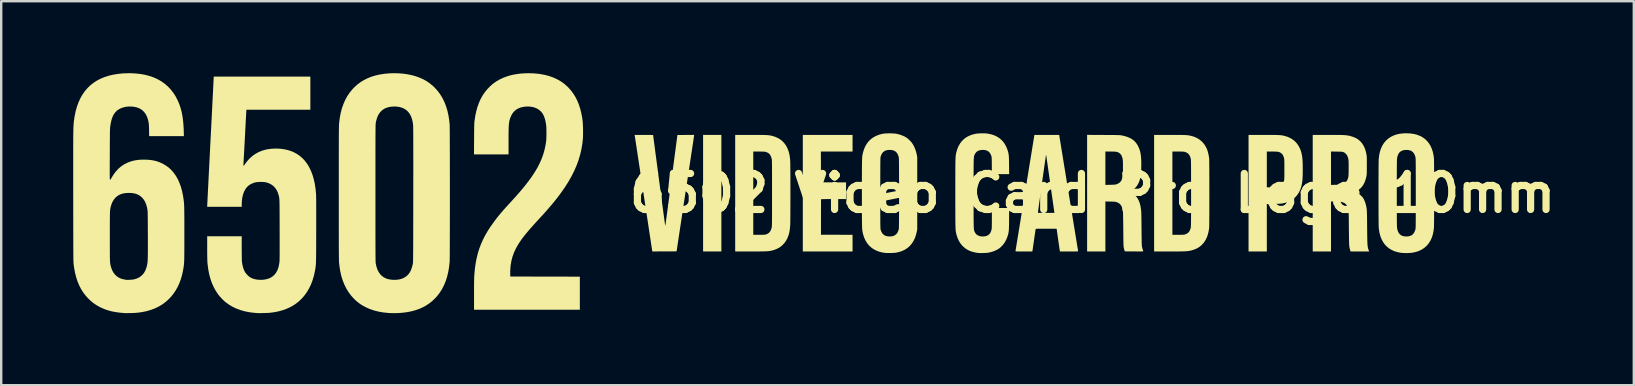
<source format=kicad_pcb>
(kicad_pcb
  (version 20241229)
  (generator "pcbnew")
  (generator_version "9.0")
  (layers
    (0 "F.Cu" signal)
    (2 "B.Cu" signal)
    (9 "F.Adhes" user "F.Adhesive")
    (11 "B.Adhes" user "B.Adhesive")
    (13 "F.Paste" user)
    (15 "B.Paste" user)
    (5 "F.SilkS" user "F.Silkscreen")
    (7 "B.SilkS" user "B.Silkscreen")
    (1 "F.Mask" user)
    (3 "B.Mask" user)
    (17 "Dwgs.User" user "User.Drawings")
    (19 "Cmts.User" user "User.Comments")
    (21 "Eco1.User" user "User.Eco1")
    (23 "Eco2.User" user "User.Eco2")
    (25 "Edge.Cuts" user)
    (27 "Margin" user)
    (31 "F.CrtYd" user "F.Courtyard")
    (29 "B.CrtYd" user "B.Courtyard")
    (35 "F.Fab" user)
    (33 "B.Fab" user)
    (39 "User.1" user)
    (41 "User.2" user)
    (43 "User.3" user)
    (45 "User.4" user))
  (footprint "6502 Video Card Pro Logo 10mm"
    (layer "F.Cu")
    (at 42.473 4.999)
    (property "Reference" "6502 Video Card Pro Logo 10mm" (at 0 0 0) (layer "F.SilkS") (effects (font (size 1.5 1.5) (thickness 0.3))))
    (attr board_only exclude_from_pos_files exclude_from_bom)
    (fp_poly (pts (xy -15.467 0) (xy -15.467 2.428) (xy -15.848 2.428) (xy -16.228 2.428) (xy -16.228 0) (xy -16.228 -2.428) (xy -15.848 -2.428) (xy -15.467 -2.428)) (stroke (width 0) (type solid)) (fill yes) (layer "F.SilkS"))
    (fp_poly (pts (xy -10.001 -2.081) (xy -10.001 -1.735) (xy -10.661 -1.735) (xy -11.321 -1.735) (xy -11.319 -1.094) (xy -11.317 -0.453) (xy -10.794 -0.45) (xy -10.272 -0.448) (xy -10.272 -0.101) (xy -10.272 0.245) (xy -10.791 0.245) (xy -10.902 0.245) (xy -10.998 0.246) (xy -11.078 0.246) (xy -11.145 0.247) (xy -11.199 0.247) (xy -11.241 0.248) (xy -11.272 0.25) (xy -11.294 0.251) (xy -11.308 0.253) (xy -11.313 0.255) (xy -11.314 0.256) (xy -11.314 0.266) (xy -11.315 0.291) (xy -11.315 0.331) (xy -11.315 0.385) (xy -11.316 0.45) (xy -11.316 0.526) (xy -11.316 0.611) (xy -11.317 0.704) (xy -11.317 0.805) (xy -11.317 0.911) (xy -11.317 0.998) (xy -11.317 1.73) (xy -10.659 1.732) (xy -10.001 1.735) (xy -10.001 2.081) (xy -10.001 2.428) (xy -11.037 2.428) (xy -12.074 2.428) (xy -12.074 0) (xy -12.074 -2.428) (xy -11.037 -2.428) (xy -10.001 -2.428)) (stroke (width 0) (type solid)) (fill yes) (layer "F.SilkS"))
    (fp_poly (pts (xy 7.243 -2.428) (xy 7.357 -2.428) (xy 7.456 -2.428) (xy 7.543 -2.427) (xy 7.618 -2.426) (xy 7.683 -2.424) (xy 7.739 -2.422) (xy 7.787 -2.419) (xy 7.83 -2.416) (xy 7.868 -2.412) (xy 7.902 -2.407) (xy 7.934 -2.401) (xy 7.966 -2.394) (xy 7.998 -2.386) (xy 8.018 -2.381) (xy 8.141 -2.341) (xy 8.254 -2.288) (xy 8.356 -2.223) (xy 8.447 -2.145) (xy 8.526 -2.055) (xy 8.593 -1.954) (xy 8.647 -1.842) (xy 8.652 -1.832) (xy 8.675 -1.769) (xy 8.695 -1.705) (xy 8.711 -1.64) (xy 8.725 -1.572) (xy 8.736 -1.497) (xy 8.744 -1.415) (xy 8.75 -1.324) (xy 8.754 -1.222) (xy 8.756 -1.106) (xy 8.757 -0.99) (xy 8.756 -0.859) (xy 8.754 -0.743) (xy 8.749 -0.64) (xy 8.743 -0.548) (xy 8.734 -0.466) (xy 8.722 -0.391) (xy 8.708 -0.322) (xy 8.69 -0.256) (xy 8.669 -0.192) (xy 8.659 -0.163) (xy 8.607 -0.049) (xy 8.543 0.054) (xy 8.466 0.147) (xy 8.377 0.228) (xy 8.277 0.296) (xy 8.167 0.352) (xy 8.051 0.393) (xy 8.005 0.405) (xy 7.964 0.415) (xy 7.925 0.424) (xy 7.886 0.43) (xy 7.843 0.435) (xy 7.795 0.439) (xy 7.739 0.442) (xy 7.673 0.444) (xy 7.593 0.445) (xy 7.545 0.446) (xy 7.26 0.45) (xy 7.26 1.439) (xy 7.26 2.428) (xy 6.879 2.428) (xy 6.498 2.428) (xy 6.498 0) (xy 6.498 -0.99) (xy 7.26 -0.99) (xy 7.26 -0.245) (xy 7.477 -0.245) (xy 7.557 -0.246) (xy 7.62 -0.247) (xy 7.67 -0.249) (xy 7.706 -0.252) (xy 7.732 -0.255) (xy 7.738 -0.257) (xy 7.806 -0.281) (xy 7.862 -0.315) (xy 7.907 -0.36) (xy 7.942 -0.417) (xy 7.968 -0.488) (xy 7.977 -0.522) (xy 7.98 -0.539) (xy 7.983 -0.558) (xy 7.985 -0.58) (xy 7.987 -0.608) (xy 7.989 -0.642) (xy 7.99 -0.684) (xy 7.991 -0.737) (xy 7.991 -0.8) (xy 7.991 -0.878) (xy 7.991 -0.97) (xy 7.991 -0.99) (xy 7.991 -1.085) (xy 7.991 -1.165) (xy 7.991 -1.232) (xy 7.99 -1.286) (xy 7.989 -1.33) (xy 7.988 -1.366) (xy 7.986 -1.394) (xy 7.984 -1.418) (xy 7.981 -1.437) (xy 7.977 -1.455) (xy 7.977 -1.458) (xy 7.955 -1.534) (xy 7.925 -1.595) (xy 7.887 -1.643) (xy 7.839 -1.68) (xy 7.822 -1.69) (xy 7.796 -1.703) (xy 7.771 -1.713) (xy 7.745 -1.721) (xy 7.715 -1.726) (xy 7.679 -1.73) (xy 7.635 -1.733) (xy 7.58 -1.734) (xy 7.511 -1.734) (xy 7.477 -1.734) (xy 7.26 -1.735) (xy 7.26 -0.99) (xy 6.498 -0.99) (xy 6.498 -2.428) (xy 7.114 -2.428)) (stroke (width 0) (type solid)) (fill yes) (layer "F.SilkS"))
    (fp_poly (pts (xy -16.605 -2.388) (xy -16.606 -2.377) (xy -16.611 -2.349) (xy -16.617 -2.306) (xy -16.626 -2.248) (xy -16.637 -2.176) (xy -16.649 -2.091) (xy -16.664 -1.993) (xy -16.681 -1.884) (xy -16.699 -1.762) (xy -16.719 -1.631) (xy -16.74 -1.489) (xy -16.763 -1.338) (xy -16.787 -1.179) (xy -16.813 -1.011) (xy -16.839 -0.837) (xy -16.867 -0.655) (xy -16.895 -0.468) (xy -16.924 -0.276) (xy -16.954 -0.079) (xy -16.972 0.038) (xy -17.333 2.424) (xy -17.838 2.426) (xy -18.343 2.428) (xy -18.347 2.409) (xy -18.349 2.399) (xy -18.353 2.374) (xy -18.359 2.332) (xy -18.368 2.276) (xy -18.379 2.206) (xy -18.391 2.123) (xy -18.406 2.026) (xy -18.422 1.918) (xy -18.441 1.799) (xy -18.46 1.668) (xy -18.482 1.528) (xy -18.504 1.379) (xy -18.528 1.22) (xy -18.553 1.054) (xy -18.58 0.88) (xy -18.607 0.7) (xy -18.635 0.514) (xy -18.664 0.322) (xy -18.694 0.126) (xy -18.712 0.008) (xy -18.742 -0.19) (xy -18.771 -0.385) (xy -18.8 -0.575) (xy -18.828 -0.759) (xy -18.854 -0.937) (xy -18.88 -1.108) (xy -18.905 -1.271) (xy -18.929 -1.427) (xy -18.951 -1.573) (xy -18.971 -1.71) (xy -18.991 -1.836) (xy -19.008 -1.952) (xy -19.024 -2.055) (xy -19.038 -2.147) (xy -19.05 -2.226) (xy -19.06 -2.29) (xy -19.067 -2.341) (xy -19.073 -2.377) (xy -19.076 -2.397) (xy -19.076 -2.401) (xy -19.081 -2.428) (xy -18.696 -2.428) (xy -18.617 -2.428) (xy -18.543 -2.428) (xy -18.477 -2.427) (xy -18.419 -2.426) (xy -18.372 -2.425) (xy -18.337 -2.424) (xy -18.316 -2.423) (xy -18.31 -2.422) (xy -18.309 -2.412) (xy -18.306 -2.386) (xy -18.301 -2.345) (xy -18.293 -2.29) (xy -18.285 -2.223) (xy -18.274 -2.143) (xy -18.262 -2.052) (xy -18.249 -1.95) (xy -18.234 -1.839) (xy -18.219 -1.72) (xy -18.202 -1.593) (xy -18.184 -1.46) (xy -18.166 -1.321) (xy -18.147 -1.177) (xy -18.127 -1.029) (xy -18.107 -0.878) (xy -18.087 -0.726) (xy -18.067 -0.572) (xy -18.046 -0.418) (xy -18.026 -0.265) (xy -18.006 -0.114) (xy -17.986 0.035) (xy -17.966 0.181) (xy -17.948 0.321) (xy -17.93 0.457) (xy -17.912 0.586) (xy -17.896 0.708) (xy -17.881 0.822) (xy -17.866 0.927) (xy -17.854 1.022) (xy -17.842 1.106) (xy -17.832 1.178) (xy -17.824 1.238) (xy -17.818 1.284) (xy -17.813 1.315) (xy -17.811 1.331) (xy -17.811 1.333) (xy -17.805 1.343) (xy -17.8 1.339) (xy -17.799 1.337) (xy -17.797 1.327) (xy -17.794 1.302) (xy -17.788 1.261) (xy -17.78 1.206) (xy -17.771 1.137) (xy -17.76 1.055) (xy -17.747 0.961) (xy -17.733 0.855) (xy -17.717 0.739) (xy -17.7 0.612) (xy -17.682 0.477) (xy -17.663 0.333) (xy -17.643 0.181) (xy -17.622 0.023) (xy -17.6 -0.142) (xy -17.577 -0.312) (xy -17.554 -0.487) (xy -17.546 -0.55) (xy -17.298 -2.424) (xy -16.948 -2.426) (xy -16.599 -2.429)) (stroke (width 0) (type solid)) (fill yes) (layer "F.SilkS"))
    (fp_poly (pts (xy 3.205 -2.428) (xy 3.332 -2.428) (xy 3.445 -2.428) (xy 3.542 -2.428) (xy 3.627 -2.427) (xy 3.701 -2.426) (xy 3.764 -2.425) (xy 3.818 -2.423) (xy 3.865 -2.421) (xy 3.905 -2.419) (xy 3.941 -2.416) (xy 3.973 -2.412) (xy 4.002 -2.408) (xy 4.031 -2.404) (xy 4.06 -2.398) (xy 4.061 -2.398) (xy 4.19 -2.365) (xy 4.308 -2.319) (xy 4.416 -2.259) (xy 4.514 -2.187) (xy 4.6 -2.102) (xy 4.675 -2.005) (xy 4.736 -1.899) (xy 4.771 -1.82) (xy 4.801 -1.728) (xy 4.827 -1.627) (xy 4.847 -1.521) (xy 4.856 -1.446) (xy 4.858 -1.426) (xy 4.859 -1.391) (xy 4.86 -1.34) (xy 4.86 -1.273) (xy 4.861 -1.192) (xy 4.862 -1.096) (xy 4.863 -0.988) (xy 4.863 -0.866) (xy 4.864 -0.732) (xy 4.864 -0.586) (xy 4.864 -0.429) (xy 4.865 -0.261) (xy 4.865 -0.083) (xy 4.865 0) (xy 4.865 0.182) (xy 4.865 0.355) (xy 4.864 0.517) (xy 4.864 0.668) (xy 4.864 0.807) (xy 4.863 0.935) (xy 4.862 1.049) (xy 4.862 1.151) (xy 4.861 1.238) (xy 4.86 1.312) (xy 4.859 1.37) (xy 4.858 1.413) (xy 4.857 1.439) (xy 4.856 1.446) (xy 4.834 1.594) (xy 4.8 1.731) (xy 4.754 1.856) (xy 4.697 1.969) (xy 4.628 2.069) (xy 4.547 2.158) (xy 4.456 2.234) (xy 4.353 2.297) (xy 4.238 2.348) (xy 4.113 2.386) (xy 4.057 2.398) (xy 4.027 2.403) (xy 3.998 2.408) (xy 3.969 2.412) (xy 3.937 2.416) (xy 3.903 2.419) (xy 3.864 2.421) (xy 3.818 2.423) (xy 3.766 2.425) (xy 3.705 2.426) (xy 3.634 2.427) (xy 3.551 2.428) (xy 3.456 2.428) (xy 3.347 2.428) (xy 3.223 2.428) (xy 3.205 2.428) (xy 2.564 2.428) (xy 2.564 0) (xy 3.325 0) (xy 3.325 1.735) (xy 3.561 1.735) (xy 3.633 1.734) (xy 3.69 1.734) (xy 3.734 1.733) (xy 3.769 1.732) (xy 3.795 1.729) (xy 3.817 1.727) (xy 3.835 1.723) (xy 3.849 1.719) (xy 3.918 1.691) (xy 3.974 1.655) (xy 4.019 1.608) (xy 4.054 1.549) (xy 4.08 1.477) (xy 4.09 1.435) (xy 4.092 1.425) (xy 4.093 1.413) (xy 4.095 1.398) (xy 4.096 1.38) (xy 4.097 1.356) (xy 4.098 1.328) (xy 4.099 1.293) (xy 4.1 1.252) (xy 4.101 1.203) (xy 4.101 1.145) (xy 4.102 1.078) (xy 4.102 1.001) (xy 4.103 0.913) (xy 4.103 0.813) (xy 4.103 0.701) (xy 4.103 0.576) (xy 4.104 0.437) (xy 4.104 0.282) (xy 4.104 0.112) (xy 4.104 0) (xy 4.104 -0.18) (xy 4.104 -0.344) (xy 4.103 -0.492) (xy 4.103 -0.626) (xy 4.103 -0.746) (xy 4.103 -0.853) (xy 4.103 -0.948) (xy 4.102 -1.032) (xy 4.102 -1.105) (xy 4.101 -1.168) (xy 4.101 -1.222) (xy 4.1 -1.269) (xy 4.099 -1.307) (xy 4.098 -1.34) (xy 4.097 -1.366) (xy 4.096 -1.387) (xy 4.094 -1.405) (xy 4.093 -1.418) (xy 4.091 -1.429) (xy 4.09 -1.435) (xy 4.068 -1.514) (xy 4.038 -1.579) (xy 3.998 -1.632) (xy 3.948 -1.674) (xy 3.885 -1.706) (xy 3.849 -1.719) (xy 3.832 -1.723) (xy 3.813 -1.727) (xy 3.791 -1.73) (xy 3.763 -1.732) (xy 3.727 -1.733) (xy 3.681 -1.734) (xy 3.622 -1.734) (xy 3.561 -1.735) (xy 3.325 -1.735) (xy 3.325 0) (xy 2.564 0) (xy 2.564 -2.428)) (stroke (width 0) (type solid)) (fill yes) (layer "F.SilkS"))
    (fp_poly (pts (xy -14.124 -2.428) (xy -14.009 -2.428) (xy -13.909 -2.428) (xy -13.822 -2.427) (xy -13.746 -2.426) (xy -13.681 -2.424) (xy -13.625 -2.423) (xy -13.577 -2.42) (xy -13.535 -2.418) (xy -13.499 -2.414) (xy -13.466 -2.41) (xy -13.437 -2.406) (xy -13.408 -2.4) (xy -13.381 -2.395) (xy -13.252 -2.358) (xy -13.134 -2.309) (xy -13.027 -2.248) (xy -12.932 -2.174) (xy -12.849 -2.088) (xy -12.777 -1.99) (xy -12.718 -1.88) (xy -12.67 -1.758) (xy -12.668 -1.751) (xy -12.641 -1.653) (xy -12.62 -1.549) (xy -12.606 -1.436) (xy -12.599 -1.343) (xy -12.598 -1.314) (xy -12.596 -1.269) (xy -12.595 -1.209) (xy -12.595 -1.136) (xy -12.594 -1.051) (xy -12.593 -0.956) (xy -12.592 -0.851) (xy -12.592 -0.738) (xy -12.591 -0.617) (xy -12.591 -0.491) (xy -12.591 -0.361) (xy -12.59 -0.227) (xy -12.59 -0.091) (xy -12.59 0.046) (xy -12.59 0.182) (xy -12.591 0.317) (xy -12.591 0.449) (xy -12.591 0.577) (xy -12.592 0.699) (xy -12.592 0.815) (xy -12.593 0.922) (xy -12.593 1.021) (xy -12.594 1.11) (xy -12.595 1.187) (xy -12.596 1.251) (xy -12.597 1.301) (xy -12.598 1.336) (xy -12.599 1.343) (xy -12.613 1.495) (xy -12.636 1.633) (xy -12.67 1.758) (xy -12.714 1.872) (xy -12.769 1.976) (xy -12.835 2.07) (xy -12.914 2.156) (xy -13.002 2.233) (xy -13.038 2.257) (xy -13.085 2.284) (xy -13.139 2.311) (xy -13.193 2.336) (xy -13.245 2.356) (xy -13.27 2.364) (xy -13.307 2.375) (xy -13.341 2.385) (xy -13.374 2.393) (xy -13.408 2.401) (xy -13.443 2.407) (xy -13.481 2.412) (xy -13.522 2.416) (xy -13.57 2.42) (xy -13.624 2.422) (xy -13.686 2.425) (xy -13.758 2.426) (xy -13.841 2.427) (xy -13.935 2.428) (xy -14.043 2.428) (xy -14.166 2.428) (xy -14.254 2.428) (xy -14.891 2.428) (xy -14.891 0) (xy -14.138 0) (xy -14.138 1.735) (xy -13.904 1.734) (xy -13.825 1.734) (xy -13.762 1.733) (xy -13.712 1.732) (xy -13.674 1.73) (xy -13.645 1.727) (xy -13.625 1.723) (xy -13.624 1.722) (xy -13.554 1.697) (xy -13.496 1.661) (xy -13.448 1.613) (xy -13.411 1.552) (xy -13.382 1.478) (xy -13.371 1.433) (xy -13.369 1.424) (xy -13.367 1.413) (xy -13.365 1.4) (xy -13.364 1.384) (xy -13.363 1.364) (xy -13.361 1.34) (xy -13.36 1.31) (xy -13.36 1.275) (xy -13.359 1.232) (xy -13.358 1.182) (xy -13.358 1.123) (xy -13.357 1.054) (xy -13.357 0.976) (xy -13.356 0.886) (xy -13.356 0.785) (xy -13.356 0.671) (xy -13.356 0.544) (xy -13.356 0.402) (xy -13.356 0.246) (xy -13.356 0.074) (xy -13.356 0) (xy -13.356 -0.179) (xy -13.356 -0.341) (xy -13.356 -0.489) (xy -13.356 -0.622) (xy -13.356 -0.741) (xy -13.356 -0.847) (xy -13.357 -0.941) (xy -13.357 -1.024) (xy -13.357 -1.096) (xy -13.358 -1.159) (xy -13.358 -1.213) (xy -13.359 -1.258) (xy -13.36 -1.297) (xy -13.361 -1.329) (xy -13.362 -1.355) (xy -13.363 -1.376) (xy -13.365 -1.394) (xy -13.366 -1.408) (xy -13.368 -1.42) (xy -13.37 -1.429) (xy -13.371 -1.433) (xy -13.395 -1.515) (xy -13.427 -1.583) (xy -13.469 -1.637) (xy -13.522 -1.679) (xy -13.586 -1.71) (xy -13.624 -1.722) (xy -13.644 -1.726) (xy -13.672 -1.729) (xy -13.71 -1.732) (xy -13.759 -1.733) (xy -13.821 -1.734) (xy -13.899 -1.734) (xy -13.904 -1.734) (xy -14.138 -1.735) (xy -14.138 0) (xy -14.891 0) (xy -14.891 -2.428) (xy -14.254 -2.428)) (stroke (width 0) (type solid)) (fill yes) (layer "F.SilkS"))
    (fp_poly (pts (xy -0.999 -0.015) (xy -0.966 0.185) (xy -0.935 0.381) (xy -0.904 0.571) (xy -0.873 0.756) (xy -0.844 0.935) (xy -0.816 1.107) (xy -0.79 1.271) (xy -0.764 1.427) (xy -0.74 1.574) (xy -0.718 1.711) (xy -0.697 1.839) (xy -0.678 1.955) (xy -0.661 2.06) (xy -0.646 2.152) (xy -0.633 2.232) (xy -0.622 2.298) (xy -0.613 2.35) (xy -0.607 2.387) (xy -0.604 2.408) (xy -0.603 2.414) (xy -0.602 2.417) (xy -0.605 2.42) (xy -0.612 2.422) (xy -0.624 2.424) (xy -0.644 2.426) (xy -0.671 2.427) (xy -0.709 2.427) (xy -0.758 2.428) (xy -0.82 2.428) (xy -0.896 2.428) (xy -0.98 2.428) (xy -1.361 2.428) (xy -1.366 2.401) (xy -1.368 2.389) (xy -1.372 2.362) (xy -1.378 2.323) (xy -1.385 2.273) (xy -1.394 2.214) (xy -1.403 2.148) (xy -1.413 2.076) (xy -1.424 2.002) (xy -1.435 1.926) (xy -1.446 1.85) (xy -1.456 1.777) (xy -1.466 1.707) (xy -1.475 1.644) (xy -1.483 1.589) (xy -1.489 1.543) (xy -1.494 1.509) (xy -1.497 1.489) (xy -1.498 1.483) (xy -1.506 1.483) (xy -1.529 1.482) (xy -1.567 1.482) (xy -1.616 1.481) (xy -1.676 1.481) (xy -1.745 1.481) (xy -1.822 1.481) (xy -1.904 1.481) (xy -1.933 1.481) (xy -2.03 1.481) (xy -2.112 1.481) (xy -2.179 1.481) (xy -2.234 1.482) (xy -2.277 1.482) (xy -2.31 1.483) (xy -2.334 1.484) (xy -2.351 1.486) (xy -2.362 1.488) (xy -2.368 1.49) (xy -2.371 1.493) (xy -2.372 1.495) (xy -2.374 1.506) (xy -2.378 1.533) (xy -2.384 1.572) (xy -2.392 1.624) (xy -2.401 1.686) (xy -2.412 1.757) (xy -2.423 1.835) (xy -2.435 1.919) (xy -2.442 1.969) (xy -2.509 2.428) (xy -2.863 2.428) (xy -2.95 2.428) (xy -3.021 2.428) (xy -3.078 2.428) (xy -3.123 2.427) (xy -3.157 2.426) (xy -3.182 2.425) (xy -3.198 2.424) (xy -3.208 2.421) (xy -3.213 2.419) (xy -3.214 2.415) (xy -3.213 2.414) (xy -3.212 2.404) (xy -3.207 2.379) (xy -3.201 2.338) (xy -3.192 2.282) (xy -3.18 2.212) (xy -3.166 2.129) (xy -3.151 2.034) (xy -3.133 1.926) (xy -3.114 1.806) (xy -3.092 1.677) (xy -3.07 1.536) (xy -3.045 1.387) (xy -3.019 1.229) (xy -2.992 1.063) (xy -2.964 0.889) (xy -2.953 0.821) (xy -2.276 0.821) (xy -1.932 0.821) (xy -1.589 0.821) (xy -1.594 0.793) (xy -1.596 0.782) (xy -1.6 0.754) (xy -1.606 0.712) (xy -1.614 0.656) (xy -1.623 0.588) (xy -1.635 0.507) (xy -1.648 0.415) (xy -1.662 0.314) (xy -1.678 0.204) (xy -1.695 0.085) (xy -1.713 -0.04) (xy -1.731 -0.171) (xy -1.751 -0.307) (xy -1.764 -0.406) (xy -1.784 -0.545) (xy -1.803 -0.679) (xy -1.821 -0.807) (xy -1.839 -0.929) (xy -1.855 -1.044) (xy -1.87 -1.15) (xy -1.884 -1.247) (xy -1.897 -1.333) (xy -1.908 -1.408) (xy -1.917 -1.471) (xy -1.924 -1.521) (xy -1.93 -1.556) (xy -1.933 -1.577) (xy -1.934 -1.581) (xy -1.942 -1.58) (xy -1.943 -1.58) (xy -1.945 -1.571) (xy -1.949 -1.546) (xy -1.954 -1.508) (xy -1.962 -1.455) (xy -1.971 -1.391) (xy -1.982 -1.316) (xy -1.994 -1.231) (xy -2.008 -1.137) (xy -2.022 -1.035) (xy -2.037 -0.928) (xy -2.053 -0.815) (xy -2.07 -0.698) (xy -2.087 -0.578) (xy -2.104 -0.456) (xy -2.121 -0.333) (xy -2.138 -0.211) (xy -2.155 -0.091) (xy -2.171 0.026) (xy -2.187 0.14) (xy -2.201 0.248) (xy -2.216 0.35) (xy -2.229 0.445) (xy -2.24 0.531) (xy -2.251 0.607) (xy -2.259 0.672) (xy -2.267 0.726) (xy -2.272 0.766) (xy -2.275 0.792) (xy -2.276 0.802) (xy -2.276 0.821) (xy -2.953 0.821) (xy -2.935 0.708) (xy -2.904 0.522) (xy -2.873 0.33) (xy -2.841 0.133) (xy -2.817 -0.015) (xy -2.424 -2.428) (xy -1.908 -2.428) (xy -1.392 -2.428)) (stroke (width 0) (type solid)) (fill yes) (layer "F.SilkS"))
    (fp_poly (pts (xy -23.302 -4.993) (xy -23.11 -4.977) (xy -23.027 -4.966) (xy -22.833 -4.931) (xy -22.65 -4.883) (xy -22.477 -4.822) (xy -22.315 -4.749) (xy -22.163 -4.663) (xy -22.024 -4.565) (xy -21.895 -4.454) (xy -21.864 -4.424) (xy -21.749 -4.299) (xy -21.647 -4.165) (xy -21.556 -4.021) (xy -21.476 -3.867) (xy -21.408 -3.702) (xy -21.35 -3.526) (xy -21.303 -3.337) (xy -21.265 -3.136) (xy -21.25 -3.021) (xy -21.244 -2.967) (xy -21.24 -2.9) (xy -21.236 -2.823) (xy -21.233 -2.739) (xy -21.231 -2.651) (xy -21.23 -2.562) (xy -21.23 -2.477) (xy -21.231 -2.397) (xy -21.233 -2.327) (xy -21.236 -2.27) (xy -21.237 -2.264) (xy -21.263 -2.034) (xy -21.303 -1.808) (xy -21.356 -1.584) (xy -21.423 -1.362) (xy -21.505 -1.142) (xy -21.602 -0.922) (xy -21.713 -0.701) (xy -21.84 -0.478) (xy -21.982 -0.254) (xy -22.141 -0.026) (xy -22.142 -0.025) (xy -22.227 0.09) (xy -22.315 0.205) (xy -22.407 0.322) (xy -22.504 0.44) (xy -22.607 0.562) (xy -22.718 0.69) (xy -22.838 0.826) (xy -22.968 0.969) (xy -23.073 1.083) (xy -23.192 1.212) (xy -23.3 1.331) (xy -23.397 1.441) (xy -23.485 1.542) (xy -23.565 1.636) (xy -23.637 1.724) (xy -23.703 1.807) (xy -23.764 1.887) (xy -23.819 1.964) (xy -23.871 2.04) (xy -23.921 2.116) (xy -23.928 2.128) (xy -24.024 2.295) (xy -24.104 2.466) (xy -24.168 2.641) (xy -24.215 2.821) (xy -24.247 3.006) (xy -24.263 3.198) (xy -24.265 3.367) (xy -24.262 3.473) (xy -22.813 3.475) (xy -21.364 3.478) (xy -21.364 4.167) (xy -21.364 4.857) (xy -23.568 4.857) (xy -25.772 4.857) (xy -25.772 4.211) (xy -25.772 4.075) (xy -25.772 3.954) (xy -25.771 3.847) (xy -25.771 3.754) (xy -25.769 3.672) (xy -25.768 3.602) (xy -25.767 3.54) (xy -25.765 3.487) (xy -25.762 3.44) (xy -25.76 3.4) (xy -25.76 3.397) (xy -25.738 3.161) (xy -25.707 2.937) (xy -25.667 2.724) (xy -25.618 2.52) (xy -25.557 2.322) (xy -25.486 2.13) (xy -25.402 1.941) (xy -25.306 1.753) (xy -25.196 1.565) (xy -25.072 1.375) (xy -24.933 1.181) (xy -24.885 1.117) (xy -24.82 1.032) (xy -24.753 0.949) (xy -24.684 0.864) (xy -24.61 0.777) (xy -24.53 0.685) (xy -24.442 0.587) (xy -24.345 0.48) (xy -24.254 0.381) (xy -24.08 0.191) (xy -23.92 0.01) (xy -23.772 -0.163) (xy -23.637 -0.328) (xy -23.513 -0.487) (xy -23.401 -0.64) (xy -23.3 -0.788) (xy -23.208 -0.933) (xy -23.126 -1.074) (xy -23.054 -1.213) (xy -22.99 -1.35) (xy -22.935 -1.487) (xy -22.887 -1.624) (xy -22.847 -1.762) (xy -22.813 -1.902) (xy -22.786 -2.044) (xy -22.771 -2.141) (xy -22.766 -2.193) (xy -22.761 -2.258) (xy -22.758 -2.333) (xy -22.756 -2.414) (xy -22.755 -2.499) (xy -22.756 -2.584) (xy -22.757 -2.666) (xy -22.76 -2.741) (xy -22.764 -2.807) (xy -22.77 -2.86) (xy -22.771 -2.87) (xy -22.795 -2.999) (xy -22.824 -3.112) (xy -22.859 -3.209) (xy -22.899 -3.291) (xy -22.918 -3.321) (xy -22.983 -3.402) (xy -23.059 -3.469) (xy -23.145 -3.524) (xy -23.241 -3.566) (xy -23.347 -3.594) (xy -23.462 -3.609) (xy -23.585 -3.61) (xy -23.594 -3.61) (xy -23.715 -3.597) (xy -23.826 -3.571) (xy -23.925 -3.533) (xy -24.014 -3.482) (xy -24.091 -3.418) (xy -24.158 -3.341) (xy -24.213 -3.251) (xy -24.258 -3.148) (xy -24.272 -3.11) (xy -24.283 -3.073) (xy -24.293 -3.037) (xy -24.302 -2.999) (xy -24.309 -2.958) (xy -24.316 -2.913) (xy -24.321 -2.863) (xy -24.325 -2.805) (xy -24.328 -2.74) (xy -24.33 -2.665) (xy -24.332 -2.579) (xy -24.333 -2.481) (xy -24.334 -2.37) (xy -24.334 -2.243) (xy -24.334 -2.182) (xy -24.334 -1.616) (xy -25.054 -1.616) (xy -25.774 -1.616) (xy -25.77 -2.253) (xy -25.769 -2.377) (xy -25.769 -2.485) (xy -25.768 -2.579) (xy -25.767 -2.661) (xy -25.766 -2.73) (xy -25.765 -2.79) (xy -25.763 -2.84) (xy -25.762 -2.883) (xy -25.76 -2.919) (xy -25.758 -2.951) (xy -25.755 -2.978) (xy -25.752 -3.004) (xy -25.752 -3.008) (xy -25.721 -3.215) (xy -25.681 -3.409) (xy -25.631 -3.589) (xy -25.571 -3.758) (xy -25.501 -3.916) (xy -25.42 -4.063) (xy -25.327 -4.2) (xy -25.224 -4.329) (xy -25.108 -4.449) (xy -25.107 -4.451) (xy -24.98 -4.561) (xy -24.841 -4.66) (xy -24.69 -4.746) (xy -24.528 -4.82) (xy -24.355 -4.881) (xy -24.232 -4.916) (xy -24.061 -4.952) (xy -23.879 -4.978) (xy -23.689 -4.994) (xy -23.496 -4.999)) (stroke (width 0) (type solid)) (fill yes) (layer "F.SilkS"))
    (fp_poly (pts (xy 0.451 -2.426) (xy 0.574 -2.425) (xy 0.682 -2.425) (xy 0.776 -2.424) (xy 0.856 -2.423) (xy 0.925 -2.423) (xy 0.983 -2.422) (xy 1.031 -2.421) (xy 1.071 -2.42) (xy 1.105 -2.418) (xy 1.132 -2.417) (xy 1.156 -2.415) (xy 1.176 -2.412) (xy 1.194 -2.41) (xy 1.211 -2.407) (xy 1.223 -2.405) (xy 1.353 -2.375) (xy 1.47 -2.337) (xy 1.572 -2.291) (xy 1.663 -2.236) (xy 1.742 -2.172) (xy 1.81 -2.097) (xy 1.868 -2.011) (xy 1.894 -1.963) (xy 1.927 -1.894) (xy 1.955 -1.824) (xy 1.977 -1.75) (xy 1.996 -1.671) (xy 2.01 -1.586) (xy 2.02 -1.492) (xy 2.026 -1.388) (xy 2.029 -1.271) (xy 2.029 -1.14) (xy 2.028 -1.079) (xy 2.025 -0.975) (xy 2.022 -0.887) (xy 2.018 -0.816) (xy 2.013 -0.76) (xy 2.01 -0.738) (xy 1.983 -0.609) (xy 1.945 -0.491) (xy 1.896 -0.385) (xy 1.837 -0.291) (xy 1.774 -0.217) (xy 1.735 -0.182) (xy 1.687 -0.145) (xy 1.636 -0.11) (xy 1.586 -0.082) (xy 1.567 -0.073) (xy 1.546 -0.062) (xy 1.535 -0.052) (xy 1.533 -0.049) (xy 1.542 -0.043) (xy 1.562 -0.032) (xy 1.591 -0.018) (xy 1.603 -0.012) (xy 1.691 0.033) (xy 1.766 0.088) (xy 1.831 0.154) (xy 1.885 0.233) (xy 1.931 0.325) (xy 1.95 0.375) (xy 1.968 0.428) (xy 1.982 0.48) (xy 1.995 0.536) (xy 2.006 0.6) (xy 2.017 0.676) (xy 2.019 0.685) (xy 2.021 0.708) (xy 2.024 0.734) (xy 2.026 0.764) (xy 2.028 0.8) (xy 2.029 0.843) (xy 2.031 0.894) (xy 2.032 0.954) (xy 2.034 1.025) (xy 2.035 1.108) (xy 2.036 1.203) (xy 2.037 1.313) (xy 2.039 1.438) (xy 2.039 1.485) (xy 2.04 1.612) (xy 2.041 1.723) (xy 2.043 1.819) (xy 2.044 1.902) (xy 2.045 1.973) (xy 2.046 2.033) (xy 2.047 2.083) (xy 2.049 2.123) (xy 2.05 2.157) (xy 2.052 2.183) (xy 2.054 2.205) (xy 2.056 2.222) (xy 2.059 2.236) (xy 2.06 2.242) (xy 2.076 2.306) (xy 2.096 2.369) (xy 2.111 2.414) (xy 2.112 2.417) (xy 2.11 2.42) (xy 2.104 2.422) (xy 2.092 2.424) (xy 2.074 2.425) (xy 2.047 2.426) (xy 2.01 2.427) (xy 1.962 2.427) (xy 1.902 2.427) (xy 1.828 2.427) (xy 1.738 2.426) (xy 1.729 2.426) (xy 1.342 2.424) (xy 1.33 2.386) (xy 1.322 2.359) (xy 1.315 2.336) (xy 1.309 2.313) (xy 1.304 2.292) (xy 1.299 2.269) (xy 1.296 2.244) (xy 1.292 2.216) (xy 1.29 2.184) (xy 1.287 2.145) (xy 1.286 2.1) (xy 1.284 2.046) (xy 1.283 1.982) (xy 1.282 1.908) (xy 1.281 1.821) (xy 1.28 1.721) (xy 1.279 1.607) (xy 1.278 1.493) (xy 1.277 1.364) (xy 1.276 1.25) (xy 1.274 1.151) (xy 1.273 1.066) (xy 1.272 0.992) (xy 1.271 0.93) (xy 1.27 0.878) (xy 1.268 0.835) (xy 1.267 0.8) (xy 1.265 0.771) (xy 1.263 0.747) (xy 1.261 0.728) (xy 1.258 0.712) (xy 1.258 0.709) (xy 1.237 0.622) (xy 1.209 0.549) (xy 1.173 0.49) (xy 1.129 0.442) (xy 1.073 0.404) (xy 1.007 0.375) (xy 0.979 0.366) (xy 0.957 0.361) (xy 0.925 0.357) (xy 0.881 0.354) (xy 0.825 0.352) (xy 0.754 0.35) (xy 0.734 0.349) (xy 0.533 0.345) (xy 0.533 1.387) (xy 0.533 2.428) (xy 0.152 2.428) (xy -0.228 2.428) (xy -0.228 -0.000461) (xy -0.228 -1.04) (xy 0.533 -1.04) (xy 0.533 -0.345) (xy 0.734 -0.349) (xy 0.811 -0.351) (xy 0.873 -0.354) (xy 0.921 -0.357) (xy 0.956 -0.361) (xy 0.978 -0.366) (xy 1.029 -0.385) (xy 1.079 -0.41) (xy 1.123 -0.439) (xy 1.156 -0.468) (xy 1.157 -0.469) (xy 1.192 -0.519) (xy 1.222 -0.581) (xy 1.245 -0.65) (xy 1.25 -0.668) (xy 1.254 -0.687) (xy 1.257 -0.707) (xy 1.26 -0.732) (xy 1.262 -0.761) (xy 1.263 -0.798) (xy 1.264 -0.845) (xy 1.265 -0.903) (xy 1.265 -0.974) (xy 1.265 -1.049) (xy 1.265 -1.134) (xy 1.265 -1.203) (xy 1.264 -1.26) (xy 1.263 -1.306) (xy 1.261 -1.343) (xy 1.259 -1.372) (xy 1.257 -1.397) (xy 1.253 -1.419) (xy 1.249 -1.438) (xy 1.227 -1.519) (xy 1.195 -1.585) (xy 1.155 -1.638) (xy 1.106 -1.679) (xy 1.092 -1.687) (xy 1.065 -1.701) (xy 1.04 -1.712) (xy 1.013 -1.72) (xy 0.983 -1.726) (xy 0.947 -1.73) (xy 0.902 -1.732) (xy 0.846 -1.734) (xy 0.777 -1.734) (xy 0.747 -1.734) (xy 0.533 -1.735) (xy 0.533 -1.04) (xy -0.228 -1.04) (xy -0.228 -2.429)) (stroke (width 0) (type solid)) (fill yes) (layer "F.SilkS"))
    (fp_poly (pts (xy 13.229 -2.489) (xy 13.374 -2.47) (xy 13.508 -2.437) (xy 13.631 -2.391) (xy 13.743 -2.332) (xy 13.844 -2.261) (xy 13.934 -2.177) (xy 14.012 -2.081) (xy 14.079 -1.973) (xy 14.133 -1.853) (xy 14.176 -1.72) (xy 14.206 -1.577) (xy 14.223 -1.443) (xy 14.224 -1.42) (xy 14.225 -1.382) (xy 14.226 -1.33) (xy 14.227 -1.264) (xy 14.228 -1.185) (xy 14.228 -1.096) (xy 14.229 -0.996) (xy 14.23 -0.887) (xy 14.23 -0.771) (xy 14.23 -0.648) (xy 14.231 -0.519) (xy 14.231 -0.386) (xy 14.231 -0.25) (xy 14.231 -0.112) (xy 14.231 0.027) (xy 14.231 0.166) (xy 14.231 0.303) (xy 14.231 0.438) (xy 14.231 0.57) (xy 14.23 0.696) (xy 14.23 0.817) (xy 14.229 0.931) (xy 14.229 1.036) (xy 14.228 1.132) (xy 14.227 1.217) (xy 14.226 1.291) (xy 14.225 1.352) (xy 14.224 1.399) (xy 14.223 1.431) (xy 14.223 1.443) (xy 14.203 1.595) (xy 14.172 1.736) (xy 14.128 1.866) (xy 14.072 1.985) (xy 14.004 2.091) (xy 13.924 2.186) (xy 13.839 2.264) (xy 13.744 2.332) (xy 13.641 2.387) (xy 13.529 2.431) (xy 13.406 2.464) (xy 13.292 2.484) (xy 13.235 2.489) (xy 13.166 2.493) (xy 13.091 2.495) (xy 13.015 2.494) (xy 12.942 2.491) (xy 12.877 2.487) (xy 12.844 2.483) (xy 12.704 2.456) (xy 12.575 2.417) (xy 12.458 2.364) (xy 12.351 2.299) (xy 12.256 2.222) (xy 12.172 2.132) (xy 12.1 2.03) (xy 12.04 1.917) (xy 11.991 1.791) (xy 11.954 1.654) (xy 11.93 1.505) (xy 11.922 1.423) (xy 11.921 1.398) (xy 11.92 1.355) (xy 11.918 1.297) (xy 11.917 1.224) (xy 11.917 1.135) (xy 11.916 1.031) (xy 11.915 0.914) (xy 11.914 0.782) (xy 11.914 0.638) (xy 11.914 0.48) (xy 11.913 0.31) (xy 11.913 0.129) (xy 11.913 0) (xy 12.675 0) (xy 12.675 0.209) (xy 12.675 0.4) (xy 12.675 0.575) (xy 12.676 0.734) (xy 12.676 0.876) (xy 12.677 1.002) (xy 12.677 1.111) (xy 12.678 1.204) (xy 12.679 1.282) (xy 12.68 1.343) (xy 12.682 1.388) (xy 12.683 1.418) (xy 12.684 1.428) (xy 12.7 1.522) (xy 12.727 1.602) (xy 12.764 1.668) (xy 12.811 1.722) (xy 12.868 1.762) (xy 12.937 1.788) (xy 13.009 1.801) (xy 13.098 1.804) (xy 13.177 1.795) (xy 13.208 1.788) (xy 13.274 1.763) (xy 13.331 1.725) (xy 13.377 1.674) (xy 13.415 1.61) (xy 13.445 1.531) (xy 13.451 1.507) (xy 13.453 1.499) (xy 13.455 1.489) (xy 13.456 1.477) (xy 13.458 1.462) (xy 13.459 1.443) (xy 13.46 1.419) (xy 13.461 1.389) (xy 13.462 1.354) (xy 13.463 1.311) (xy 13.463 1.26) (xy 13.464 1.201) (xy 13.464 1.133) (xy 13.465 1.054) (xy 13.465 0.965) (xy 13.465 0.864) (xy 13.465 0.75) (xy 13.466 0.623) (xy 13.466 0.483) (xy 13.466 0.327) (xy 13.466 0.156) (xy 13.466 0) (xy 13.466 -0.185) (xy 13.466 -0.353) (xy 13.466 -0.506) (xy 13.466 -0.644) (xy 13.465 -0.769) (xy 13.465 -0.881) (xy 13.465 -0.98) (xy 13.465 -1.068) (xy 13.464 -1.144) (xy 13.464 -1.211) (xy 13.463 -1.269) (xy 13.463 -1.318) (xy 13.462 -1.36) (xy 13.461 -1.395) (xy 13.46 -1.423) (xy 13.459 -1.446) (xy 13.457 -1.465) (xy 13.456 -1.479) (xy 13.455 -1.491) (xy 13.453 -1.5) (xy 13.451 -1.507) (xy 13.424 -1.59) (xy 13.388 -1.659) (xy 13.344 -1.713) (xy 13.29 -1.755) (xy 13.225 -1.783) (xy 13.149 -1.799) (xy 13.072 -1.803) (xy 12.986 -1.797) (xy 12.91 -1.779) (xy 12.846 -1.748) (xy 12.792 -1.705) (xy 12.749 -1.648) (xy 12.717 -1.578) (xy 12.694 -1.495) (xy 12.684 -1.428) (xy 12.682 -1.407) (xy 12.681 -1.37) (xy 12.68 -1.318) (xy 12.679 -1.25) (xy 12.678 -1.166) (xy 12.677 -1.065) (xy 12.676 -0.949) (xy 12.676 -0.816) (xy 12.675 -0.667) (xy 12.675 -0.501) (xy 12.675 -0.319) (xy 12.675 -0.12) (xy 12.675 0) (xy 11.913 0) (xy 11.913 -0.189) (xy 11.913 -0.367) (xy 11.914 -0.533) (xy 11.914 -0.686) (xy 11.915 -0.827) (xy 11.915 -0.954) (xy 11.916 -1.067) (xy 11.917 -1.165) (xy 11.918 -1.249) (xy 11.919 -1.318) (xy 11.92 -1.371) (xy 11.921 -1.408) (xy 11.922 -1.423) (xy 11.94 -1.577) (xy 11.97 -1.72) (xy 12.012 -1.85) (xy 12.065 -1.969) (xy 12.13 -2.076) (xy 12.207 -2.171) (xy 12.224 -2.19) (xy 12.315 -2.271) (xy 12.414 -2.34) (xy 12.522 -2.395) (xy 12.639 -2.439) (xy 12.768 -2.47) (xy 12.907 -2.489) (xy 13.057 -2.496) (xy 13.074 -2.496)) (stroke (width 0) (type solid)) (fill yes) (layer "F.SilkS"))
    (fp_poly (pts (xy 9.932 -2.428) (xy 10.048 -2.428) (xy 10.15 -2.428) (xy 10.239 -2.427) (xy 10.317 -2.426) (xy 10.384 -2.424) (xy 10.442 -2.422) (xy 10.493 -2.419) (xy 10.537 -2.416) (xy 10.577 -2.412) (xy 10.613 -2.407) (xy 10.647 -2.401) (xy 10.68 -2.394) (xy 10.713 -2.387) (xy 10.734 -2.382) (xy 10.856 -2.345) (xy 10.964 -2.298) (xy 11.061 -2.24) (xy 11.146 -2.17) (xy 11.219 -2.089) (xy 11.281 -1.996) (xy 11.333 -1.89) (xy 11.375 -1.771) (xy 11.407 -1.638) (xy 11.408 -1.634) (xy 11.412 -1.609) (xy 11.416 -1.586) (xy 11.419 -1.562) (xy 11.422 -1.536) (xy 11.423 -1.506) (xy 11.425 -1.47) (xy 11.426 -1.426) (xy 11.426 -1.371) (xy 11.426 -1.305) (xy 11.427 -1.225) (xy 11.427 -1.168) (xy 11.427 -1.076) (xy 11.426 -1) (xy 11.426 -0.937) (xy 11.425 -0.885) (xy 11.424 -0.842) (xy 11.422 -0.808) (xy 11.42 -0.779) (xy 11.417 -0.754) (xy 11.414 -0.731) (xy 11.411 -0.715) (xy 11.381 -0.587) (xy 11.341 -0.471) (xy 11.291 -0.368) (xy 11.231 -0.278) (xy 11.162 -0.201) (xy 11.161 -0.201) (xy 11.124 -0.169) (xy 11.08 -0.137) (xy 11.033 -0.106) (xy 10.99 -0.082) (xy 10.967 -0.071) (xy 10.946 -0.061) (xy 10.934 -0.052) (xy 10.934 -0.049) (xy 10.942 -0.042) (xy 10.963 -0.032) (xy 10.991 -0.02) (xy 10.995 -0.018) (xy 11.083 0.025) (xy 11.163 0.082) (xy 11.233 0.15) (xy 11.27 0.199) (xy 11.299 0.247) (xy 11.327 0.308) (xy 11.354 0.376) (xy 11.377 0.448) (xy 11.384 0.472) (xy 11.392 0.504) (xy 11.399 0.535) (xy 11.406 0.564) (xy 11.411 0.595) (xy 11.416 0.627) (xy 11.42 0.663) (xy 11.424 0.703) (xy 11.427 0.748) (xy 11.429 0.801) (xy 11.431 0.862) (xy 11.433 0.933) (xy 11.435 1.015) (xy 11.436 1.109) (xy 11.437 1.216) (xy 11.438 1.338) (xy 11.439 1.434) (xy 11.441 1.568) (xy 11.442 1.686) (xy 11.443 1.79) (xy 11.445 1.88) (xy 11.446 1.959) (xy 11.448 2.026) (xy 11.451 2.084) (xy 11.454 2.134) (xy 11.457 2.176) (xy 11.461 2.213) (xy 11.466 2.244) (xy 11.471 2.272) (xy 11.477 2.298) (xy 11.485 2.323) (xy 11.493 2.348) (xy 11.502 2.373) (xy 11.522 2.428) (xy 11.135 2.428) (xy 10.748 2.428) (xy 10.729 2.363) (xy 10.721 2.338) (xy 10.715 2.314) (xy 10.709 2.291) (xy 10.704 2.266) (xy 10.7 2.239) (xy 10.696 2.209) (xy 10.693 2.175) (xy 10.69 2.134) (xy 10.688 2.086) (xy 10.686 2.03) (xy 10.685 1.964) (xy 10.683 1.888) (xy 10.682 1.8) (xy 10.681 1.698) (xy 10.68 1.582) (xy 10.678 1.45) (xy 10.678 1.447) (xy 10.677 1.317) (xy 10.676 1.204) (xy 10.675 1.105) (xy 10.674 1.019) (xy 10.672 0.945) (xy 10.671 0.882) (xy 10.669 0.829) (xy 10.667 0.784) (xy 10.665 0.747) (xy 10.662 0.716) (xy 10.658 0.69) (xy 10.654 0.667) (xy 10.649 0.647) (xy 10.644 0.629) (xy 10.638 0.61) (xy 10.63 0.591) (xy 10.627 0.581) (xy 10.606 0.538) (xy 10.578 0.493) (xy 10.547 0.454) (xy 10.53 0.438) (xy 10.501 0.417) (xy 10.459 0.396) (xy 10.412 0.378) (xy 10.364 0.364) (xy 10.342 0.359) (xy 10.303 0.354) (xy 10.25 0.351) (xy 10.186 0.348) (xy 10.111 0.347) (xy 10.105 0.347) (xy 9.933 0.347) (xy 9.933 1.388) (xy 9.933 2.428) (xy 9.552 2.428) (xy 9.172 2.428) (xy 9.172 0) (xy 9.172 -1.04) (xy 9.933 -1.04) (xy 9.933 -0.345) (xy 10.138 -0.349) (xy 10.205 -0.35) (xy 10.258 -0.352) (xy 10.299 -0.354) (xy 10.33 -0.356) (xy 10.355 -0.36) (xy 10.376 -0.364) (xy 10.395 -0.37) (xy 10.396 -0.37) (xy 10.471 -0.402) (xy 10.532 -0.444) (xy 10.582 -0.498) (xy 10.619 -0.561) (xy 10.631 -0.589) (xy 10.641 -0.617) (xy 10.649 -0.646) (xy 10.656 -0.678) (xy 10.661 -0.715) (xy 10.664 -0.759) (xy 10.667 -0.812) (xy 10.668 -0.877) (xy 10.669 -0.954) (xy 10.669 -1.046) (xy 10.669 -1.051) (xy 10.669 -1.134) (xy 10.669 -1.203) (xy 10.668 -1.258) (xy 10.667 -1.303) (xy 10.665 -1.34) (xy 10.663 -1.369) (xy 10.66 -1.395) (xy 10.657 -1.418) (xy 10.653 -1.434) (xy 10.63 -1.518) (xy 10.596 -1.588) (xy 10.551 -1.644) (xy 10.497 -1.688) (xy 10.451 -1.711) (xy 10.436 -1.716) (xy 10.421 -1.721) (xy 10.403 -1.724) (xy 10.382 -1.727) (xy 10.353 -1.729) (xy 10.316 -1.73) (xy 10.267 -1.731) (xy 10.205 -1.732) (xy 10.168 -1.733) (xy 9.933 -1.736) (xy 9.933 -1.04) (xy 9.172 -1.04) (xy 9.172 -2.428) (xy 9.8 -2.428)) (stroke (width 0) (type solid)) (fill yes) (layer "F.SilkS"))
    (fp_poly (pts (xy -4.517 -2.494) (xy -4.443 -2.49) (xy -4.381 -2.484) (xy -4.243 -2.457) (xy -4.116 -2.418) (xy -4 -2.366) (xy -3.895 -2.301) (xy -3.801 -2.224) (xy -3.719 -2.135) (xy -3.649 -2.033) (xy -3.59 -1.919) (xy -3.55 -1.817) (xy -3.535 -1.771) (xy -3.523 -1.73) (xy -3.512 -1.69) (xy -3.504 -1.65) (xy -3.497 -1.608) (xy -3.492 -1.562) (xy -3.488 -1.51) (xy -3.485 -1.449) (xy -3.483 -1.379) (xy -3.481 -1.296) (xy -3.48 -1.198) (xy -3.48 -1.166) (xy -3.476 -0.795) (xy -3.836 -0.795) (xy -4.196 -0.795) (xy -4.199 -1.149) (xy -4.199 -1.236) (xy -4.2 -1.307) (xy -4.201 -1.366) (xy -4.202 -1.413) (xy -4.203 -1.45) (xy -4.205 -1.479) (xy -4.207 -1.501) (xy -4.21 -1.519) (xy -4.213 -1.534) (xy -4.217 -1.548) (xy -4.22 -1.557) (xy -4.252 -1.632) (xy -4.292 -1.693) (xy -4.342 -1.74) (xy -4.402 -1.774) (xy -4.473 -1.795) (xy -4.555 -1.803) (xy -4.571 -1.803) (xy -4.657 -1.798) (xy -4.732 -1.78) (xy -4.795 -1.751) (xy -4.847 -1.709) (xy -4.889 -1.655) (xy -4.909 -1.617) (xy -4.915 -1.604) (xy -4.921 -1.592) (xy -4.926 -1.58) (xy -4.93 -1.567) (xy -4.935 -1.553) (xy -4.938 -1.537) (xy -4.942 -1.517) (xy -4.944 -1.494) (xy -4.947 -1.467) (xy -4.949 -1.434) (xy -4.951 -1.395) (xy -4.953 -1.349) (xy -4.954 -1.296) (xy -4.955 -1.234) (xy -4.956 -1.163) (xy -4.957 -1.082) (xy -4.957 -0.99) (xy -4.958 -0.887) (xy -4.958 -0.771) (xy -4.958 -0.643) (xy -4.958 -0.5) (xy -4.958 -0.343) (xy -4.958 -0.17) (xy -4.958 0.006) (xy -4.958 0.193) (xy -4.958 0.364) (xy -4.958 0.52) (xy -4.958 0.661) (xy -4.958 0.788) (xy -4.958 0.903) (xy -4.957 1.005) (xy -4.957 1.095) (xy -4.956 1.175) (xy -4.955 1.245) (xy -4.954 1.306) (xy -4.953 1.359) (xy -4.951 1.403) (xy -4.949 1.442) (xy -4.947 1.474) (xy -4.944 1.501) (xy -4.941 1.523) (xy -4.938 1.542) (xy -4.934 1.557) (xy -4.93 1.571) (xy -4.926 1.583) (xy -4.92 1.595) (xy -4.915 1.607) (xy -4.909 1.62) (xy -4.908 1.621) (xy -4.872 1.682) (xy -4.825 1.73) (xy -4.767 1.766) (xy -4.699 1.79) (xy -4.618 1.802) (xy -4.569 1.803) (xy -4.484 1.796) (xy -4.41 1.777) (xy -4.348 1.745) (xy -4.296 1.701) (xy -4.255 1.643) (xy -4.225 1.572) (xy -4.209 1.512) (xy -4.206 1.495) (xy -4.203 1.472) (xy -4.201 1.443) (xy -4.2 1.405) (xy -4.199 1.358) (xy -4.198 1.3) (xy -4.197 1.229) (xy -4.197 1.145) (xy -4.197 1.045) (xy -4.197 1.036) (xy -4.197 0.618) (xy -3.836 0.618) (xy -3.476 0.618) (xy -3.48 1.077) (xy -3.48 1.187) (xy -3.481 1.282) (xy -3.483 1.364) (xy -3.485 1.433) (xy -3.487 1.493) (xy -3.49 1.544) (xy -3.495 1.589) (xy -3.5 1.629) (xy -3.507 1.666) (xy -3.515 1.701) (xy -3.525 1.737) (xy -3.536 1.774) (xy -3.55 1.815) (xy -3.55 1.817) (xy -3.6 1.941) (xy -3.662 2.054) (xy -3.736 2.155) (xy -3.823 2.245) (xy -3.884 2.295) (xy -3.96 2.345) (xy -4.049 2.39) (xy -4.147 2.428) (xy -4.252 2.459) (xy -4.359 2.481) (xy -4.374 2.483) (xy -4.412 2.487) (xy -4.462 2.49) (xy -4.52 2.493) (xy -4.58 2.494) (xy -4.64 2.495) (xy -4.695 2.494) (xy -4.741 2.493) (xy -4.768 2.49) (xy -4.787 2.488) (xy -4.818 2.483) (xy -4.855 2.477) (xy -4.874 2.474) (xy -5.005 2.444) (xy -5.126 2.401) (xy -5.236 2.344) (xy -5.336 2.274) (xy -5.425 2.192) (xy -5.503 2.097) (xy -5.57 1.99) (xy -5.624 1.871) (xy -5.667 1.74) (xy -5.674 1.713) (xy -5.679 1.69) (xy -5.685 1.668) (xy -5.689 1.647) (xy -5.694 1.626) (xy -5.697 1.603) (xy -5.701 1.578) (xy -5.704 1.551) (xy -5.707 1.52) (xy -5.709 1.485) (xy -5.711 1.445) (xy -5.713 1.398) (xy -5.714 1.345) (xy -5.716 1.284) (xy -5.717 1.215) (xy -5.718 1.136) (xy -5.718 1.048) (xy -5.719 0.948) (xy -5.719 0.837) (xy -5.719 0.713) (xy -5.72 0.576) (xy -5.72 0.425) (xy -5.72 0.259) (xy -5.72 0.077) (xy -5.72 0) (xy -5.72 -0.188) (xy -5.72 -0.361) (xy -5.72 -0.518) (xy -5.719 -0.66) (xy -5.719 -0.789) (xy -5.719 -0.906) (xy -5.718 -1.01) (xy -5.718 -1.102) (xy -5.717 -1.185) (xy -5.716 -1.258) (xy -5.715 -1.322) (xy -5.714 -1.378) (xy -5.712 -1.427) (xy -5.71 -1.47) (xy -5.708 -1.507) (xy -5.705 -1.539) (xy -5.702 -1.568) (xy -5.699 -1.594) (xy -5.695 -1.617) (xy -5.691 -1.639) (xy -5.687 -1.66) (xy -5.682 -1.681) (xy -5.676 -1.704) (xy -5.674 -1.713) (xy -5.634 -1.847) (xy -5.582 -1.968) (xy -5.518 -2.077) (xy -5.443 -2.174) (xy -5.357 -2.258) (xy -5.259 -2.33) (xy -5.149 -2.389) (xy -5.028 -2.436) (xy -4.895 -2.471) (xy -4.894 -2.471) (xy -4.834 -2.481) (xy -4.761 -2.488) (xy -4.682 -2.493) (xy -4.599 -2.495)) (stroke (width 0) (type solid)) (fill yes) (layer "F.SilkS"))
    (fp_poly (pts (xy -8.376 -2.492) (xy -8.299 -2.488) (xy -8.23 -2.483) (xy -8.173 -2.475) (xy -8.16 -2.473) (xy -8.024 -2.438) (xy -7.9 -2.392) (xy -7.788 -2.335) (xy -7.751 -2.312) (xy -7.71 -2.281) (xy -7.664 -2.241) (xy -7.616 -2.196) (xy -7.572 -2.149) (xy -7.535 -2.105) (xy -7.53 -2.099) (xy -7.474 -2.014) (xy -7.424 -1.915) (xy -7.38 -1.806) (xy -7.345 -1.69) (xy -7.325 -1.601) (xy -7.306 -1.502) (xy -7.306 0) (xy -7.306 1.502) (xy -7.325 1.601) (xy -7.359 1.743) (xy -7.405 1.874) (xy -7.463 1.993) (xy -7.532 2.099) (xy -7.612 2.194) (xy -7.703 2.275) (xy -7.805 2.344) (xy -7.857 2.372) (xy -7.95 2.413) (xy -8.053 2.447) (xy -8.154 2.471) (xy -8.191 2.478) (xy -8.229 2.483) (xy -8.27 2.487) (xy -8.318 2.49) (xy -8.378 2.491) (xy -8.427 2.492) (xy -8.482 2.493) (xy -8.533 2.493) (xy -8.575 2.493) (xy -8.608 2.492) (xy -8.627 2.491) (xy -8.63 2.491) (xy -8.648 2.488) (xy -8.677 2.483) (xy -8.713 2.478) (xy -8.736 2.474) (xy -8.783 2.465) (xy -8.837 2.452) (xy -8.889 2.438) (xy -8.908 2.432) (xy -9.031 2.383) (xy -9.142 2.321) (xy -9.242 2.248) (xy -9.331 2.161) (xy -9.407 2.063) (xy -9.472 1.953) (xy -9.524 1.832) (xy -9.564 1.701) (xy -9.57 1.677) (xy -9.575 1.655) (xy -9.58 1.633) (xy -9.585 1.612) (xy -9.589 1.589) (xy -9.592 1.566) (xy -9.596 1.539) (xy -9.598 1.51) (xy -9.601 1.476) (xy -9.603 1.437) (xy -9.605 1.393) (xy -9.606 1.342) (xy -9.608 1.283) (xy -9.609 1.217) (xy -9.61 1.141) (xy -9.61 1.056) (xy -9.611 0.959) (xy -9.611 0.852) (xy -9.611 0.732) (xy -9.612 0.599) (xy -9.612 0.451) (xy -9.612 0.289) (xy -9.612 0.112) (xy -9.612 0) (xy -8.846 0) (xy -8.846 0.185) (xy -8.846 0.355) (xy -8.846 0.508) (xy -8.846 0.648) (xy -8.846 0.773) (xy -8.846 0.885) (xy -8.845 0.985) (xy -8.845 1.074) (xy -8.845 1.151) (xy -8.844 1.219) (xy -8.844 1.277) (xy -8.843 1.327) (xy -8.842 1.369) (xy -8.841 1.404) (xy -8.84 1.433) (xy -8.839 1.457) (xy -8.838 1.476) (xy -8.837 1.491) (xy -8.835 1.502) (xy -8.834 1.512) (xy -8.832 1.52) (xy -8.831 1.522) (xy -8.802 1.602) (xy -8.764 1.669) (xy -8.716 1.722) (xy -8.658 1.762) (xy -8.589 1.788) (xy -8.51 1.802) (xy -8.419 1.802) (xy -8.391 1.8) (xy -8.352 1.795) (xy -8.315 1.786) (xy -8.285 1.777) (xy -8.285 1.777) (xy -8.22 1.74) (xy -8.167 1.694) (xy -8.126 1.636) (xy -8.095 1.565) (xy -8.073 1.482) (xy -8.072 1.477) (xy -8.071 1.462) (xy -8.07 1.431) (xy -8.069 1.386) (xy -8.068 1.326) (xy -8.067 1.254) (xy -8.066 1.171) (xy -8.066 1.077) (xy -8.065 0.974) (xy -8.065 0.863) (xy -8.064 0.745) (xy -8.064 0.62) (xy -8.063 0.49) (xy -8.063 0.357) (xy -8.063 0.221) (xy -8.063 0.083) (xy -8.063 -0.056) (xy -8.063 -0.194) (xy -8.063 -0.331) (xy -8.063 -0.465) (xy -8.064 -0.595) (xy -8.064 -0.721) (xy -8.065 -0.841) (xy -8.065 -0.953) (xy -8.066 -1.058) (xy -8.066 -1.154) (xy -8.067 -1.239) (xy -8.068 -1.313) (xy -8.069 -1.375) (xy -8.07 -1.423) (xy -8.071 -1.457) (xy -8.072 -1.475) (xy -8.072 -1.477) (xy -8.09 -1.55) (xy -8.117 -1.617) (xy -8.15 -1.673) (xy -8.188 -1.717) (xy -8.201 -1.728) (xy -8.25 -1.76) (xy -8.301 -1.783) (xy -8.358 -1.796) (xy -8.425 -1.802) (xy -8.461 -1.803) (xy -8.547 -1.797) (xy -8.621 -1.778) (xy -8.685 -1.745) (xy -8.739 -1.7) (xy -8.782 -1.641) (xy -8.816 -1.569) (xy -8.831 -1.522) (xy -8.833 -1.514) (xy -8.835 -1.506) (xy -8.836 -1.494) (xy -8.838 -1.481) (xy -8.839 -1.463) (xy -8.84 -1.441) (xy -8.841 -1.414) (xy -8.842 -1.381) (xy -8.843 -1.341) (xy -8.843 -1.293) (xy -8.844 -1.238) (xy -8.844 -1.173) (xy -8.845 -1.099) (xy -8.845 -1.014) (xy -8.845 -0.917) (xy -8.846 -0.809) (xy -8.846 -0.688) (xy -8.846 -0.553) (xy -8.846 -0.404) (xy -8.846 -0.239) (xy -8.846 -0.059) (xy -8.846 0) (xy -9.612 0) (xy -9.612 -0.187) (xy -9.612 -0.358) (xy -9.612 -0.514) (xy -9.612 -0.655) (xy -9.611 -0.783) (xy -9.611 -0.898) (xy -9.611 -1.001) (xy -9.61 -1.092) (xy -9.609 -1.174) (xy -9.608 -1.245) (xy -9.607 -1.309) (xy -9.606 -1.364) (xy -9.604 -1.412) (xy -9.602 -1.454) (xy -9.6 -1.49) (xy -9.597 -1.522) (xy -9.594 -1.55) (xy -9.591 -1.576) (xy -9.587 -1.599) (xy -9.583 -1.621) (xy -9.578 -1.642) (xy -9.573 -1.664) (xy -9.568 -1.686) (xy -9.564 -1.701) (xy -9.523 -1.834) (xy -9.47 -1.956) (xy -9.405 -2.066) (xy -9.328 -2.164) (xy -9.239 -2.25) (xy -9.138 -2.324) (xy -9.026 -2.385) (xy -8.903 -2.434) (xy -8.77 -2.47) (xy -8.736 -2.476) (xy -8.681 -2.484) (xy -8.613 -2.489) (xy -8.537 -2.492) (xy -8.457 -2.493)) (stroke (width 0) (type solid)) (fill yes) (layer "F.SilkS"))
    (fp_poly (pts (xy -32.592 -4.167) (xy -32.592 -3.477) (xy -33.924 -3.477) (xy -35.256 -3.477) (xy -35.261 -3.408) (xy -35.262 -3.39) (xy -35.264 -3.357) (xy -35.267 -3.31) (xy -35.27 -3.248) (xy -35.274 -3.175) (xy -35.279 -3.09) (xy -35.284 -2.994) (xy -35.289 -2.89) (xy -35.295 -2.778) (xy -35.302 -2.659) (xy -35.308 -2.534) (xy -35.315 -2.404) (xy -35.32 -2.306) (xy -35.327 -2.174) (xy -35.334 -2.046) (xy -35.341 -1.923) (xy -35.347 -1.806) (xy -35.353 -1.696) (xy -35.358 -1.595) (xy -35.363 -1.503) (xy -35.368 -1.421) (xy -35.372 -1.351) (xy -35.375 -1.294) (xy -35.377 -1.251) (xy -35.379 -1.223) (xy -35.38 -1.212) (xy -35.382 -1.18) (xy -35.382 -1.162) (xy -35.379 -1.153) (xy -35.371 -1.151) (xy -35.368 -1.151) (xy -35.351 -1.158) (xy -35.338 -1.175) (xy -35.319 -1.206) (xy -35.292 -1.246) (xy -35.257 -1.291) (xy -35.219 -1.339) (xy -35.179 -1.385) (xy -35.14 -1.428) (xy -35.113 -1.455) (xy -35 -1.555) (xy -34.876 -1.641) (xy -34.744 -1.713) (xy -34.603 -1.771) (xy -34.454 -1.814) (xy -34.394 -1.826) (xy -34.241 -1.849) (xy -34.085 -1.859) (xy -33.929 -1.857) (xy -33.774 -1.844) (xy -33.624 -1.819) (xy -33.48 -1.782) (xy -33.347 -1.735) (xy -33.296 -1.713) (xy -33.161 -1.641) (xy -33.036 -1.556) (xy -32.921 -1.457) (xy -32.817 -1.345) (xy -32.723 -1.22) (xy -32.639 -1.081) (xy -32.566 -0.929) (xy -32.503 -0.764) (xy -32.45 -0.585) (xy -32.408 -0.393) (xy -32.376 -0.187) (xy -32.355 0.032) (xy -32.355 0.034) (xy -32.353 0.061) (xy -32.352 0.1) (xy -32.351 0.152) (xy -32.35 0.218) (xy -32.349 0.297) (xy -32.349 0.39) (xy -32.348 0.497) (xy -32.348 0.619) (xy -32.348 0.756) (xy -32.347 0.909) (xy -32.348 1.077) (xy -32.348 1.261) (xy -32.348 1.462) (xy -32.348 1.531) (xy -32.349 1.714) (xy -32.349 1.88) (xy -32.349 2.031) (xy -32.35 2.168) (xy -32.35 2.292) (xy -32.351 2.403) (xy -32.352 2.502) (xy -32.352 2.591) (xy -32.353 2.67) (xy -32.354 2.739) (xy -32.356 2.801) (xy -32.357 2.856) (xy -32.359 2.904) (xy -32.361 2.946) (xy -32.364 2.985) (xy -32.367 3.019) (xy -32.37 3.051) (xy -32.374 3.08) (xy -32.378 3.109) (xy -32.382 3.138) (xy -32.387 3.167) (xy -32.393 3.198) (xy -32.399 3.231) (xy -32.402 3.249) (xy -32.445 3.445) (xy -32.501 3.631) (xy -32.568 3.807) (xy -32.648 3.971) (xy -32.739 4.125) (xy -32.841 4.266) (xy -32.954 4.396) (xy -33.078 4.513) (xy -33.213 4.618) (xy -33.358 4.709) (xy -33.435 4.75) (xy -33.588 4.819) (xy -33.747 4.877) (xy -33.915 4.923) (xy -34.092 4.958) (xy -34.28 4.983) (xy -34.313 4.986) (xy -34.358 4.989) (xy -34.413 4.991) (xy -34.474 4.993) (xy -34.538 4.995) (xy -34.602 4.996) (xy -34.663 4.997) (xy -34.717 4.997) (xy -34.761 4.997) (xy -34.793 4.996) (xy -34.8 4.996) (xy -34.824 4.994) (xy -34.859 4.99) (xy -34.902 4.987) (xy -34.944 4.983) (xy -35.135 4.96) (xy -35.32 4.923) (xy -35.498 4.873) (xy -35.666 4.811) (xy -35.825 4.737) (xy -35.973 4.651) (xy -36.11 4.553) (xy -36.125 4.542) (xy -36.176 4.497) (xy -36.233 4.443) (xy -36.292 4.382) (xy -36.349 4.32) (xy -36.4 4.26) (xy -36.443 4.205) (xy -36.448 4.199) (xy -36.542 4.054) (xy -36.624 3.902) (xy -36.695 3.741) (xy -36.755 3.571) (xy -36.804 3.389) (xy -36.842 3.197) (xy -36.87 2.992) (xy -36.878 2.912) (xy -36.881 2.872) (xy -36.883 2.824) (xy -36.885 2.769) (xy -36.887 2.704) (xy -36.888 2.628) (xy -36.889 2.54) (xy -36.89 2.438) (xy -36.89 2.321) (xy -36.89 2.282) (xy -36.89 1.794) (xy -36.171 1.794) (xy -35.452 1.794) (xy -35.452 2.282) (xy -35.451 2.375) (xy -35.451 2.464) (xy -35.45 2.548) (xy -35.449 2.626) (xy -35.448 2.696) (xy -35.447 2.755) (xy -35.446 2.803) (xy -35.444 2.836) (xy -35.443 2.85) (xy -35.425 2.973) (xy -35.398 3.087) (xy -35.363 3.19) (xy -35.319 3.279) (xy -35.315 3.287) (xy -35.286 3.329) (xy -35.246 3.376) (xy -35.202 3.423) (xy -35.156 3.465) (xy -35.112 3.499) (xy -35.094 3.51) (xy -35.011 3.55) (xy -34.917 3.581) (xy -34.815 3.601) (xy -34.709 3.61) (xy -34.602 3.61) (xy -34.496 3.599) (xy -34.396 3.578) (xy -34.303 3.547) (xy -34.239 3.517) (xy -34.156 3.461) (xy -34.083 3.393) (xy -34.021 3.313) (xy -33.969 3.22) (xy -33.929 3.114) (xy -33.899 2.995) (xy -33.879 2.864) (xy -33.878 2.856) (xy -33.876 2.835) (xy -33.875 2.802) (xy -33.874 2.757) (xy -33.873 2.699) (xy -33.872 2.629) (xy -33.872 2.544) (xy -33.871 2.446) (xy -33.871 2.333) (xy -33.871 2.206) (xy -33.871 2.063) (xy -33.871 1.905) (xy -33.871 1.73) (xy -33.872 1.54) (xy -33.872 1.51) (xy -33.872 1.339) (xy -33.872 1.184) (xy -33.873 1.043) (xy -33.873 0.917) (xy -33.874 0.805) (xy -33.874 0.705) (xy -33.875 0.616) (xy -33.875 0.539) (xy -33.876 0.471) (xy -33.877 0.412) (xy -33.879 0.361) (xy -33.88 0.318) (xy -33.882 0.281) (xy -33.884 0.249) (xy -33.886 0.222) (xy -33.889 0.198) (xy -33.892 0.177) (xy -33.895 0.159) (xy -33.899 0.141) (xy -33.903 0.123) (xy -33.908 0.105) (xy -33.913 0.085) (xy -33.915 0.078) (xy -33.951 -0.034) (xy -33.999 -0.133) (xy -34.058 -0.22) (xy -34.129 -0.295) (xy -34.211 -0.357) (xy -34.304 -0.407) (xy -34.407 -0.443) (xy -34.453 -0.454) (xy -34.512 -0.463) (xy -34.581 -0.468) (xy -34.657 -0.47) (xy -34.734 -0.468) (xy -34.806 -0.462) (xy -34.869 -0.453) (xy -34.884 -0.45) (xy -34.957 -0.429) (xy -35.031 -0.398) (xy -35.1 -0.362) (xy -35.16 -0.323) (xy -35.172 -0.313) (xy -35.243 -0.243) (xy -35.304 -0.16) (xy -35.354 -0.064) (xy -35.394 0.045) (xy -35.424 0.165) (xy -35.443 0.298) (xy -35.451 0.442) (xy -35.451 0.476) (xy -35.452 0.567) (xy -36.171 0.567) (xy -36.89 0.567) (xy -36.89 0.537) (xy -36.89 0.526) (xy -36.888 0.499) (xy -36.886 0.456) (xy -36.883 0.399) (xy -36.88 0.327) (xy -36.876 0.241) (xy -36.871 0.143) (xy -36.865 0.032) (xy -36.859 -0.091) (xy -36.852 -0.225) (xy -36.845 -0.369) (xy -36.837 -0.522) (xy -36.829 -0.685) (xy -36.82 -0.857) (xy -36.811 -1.036) (xy -36.802 -1.222) (xy -36.792 -1.415) (xy -36.782 -1.614) (xy -36.771 -1.818) (xy -36.761 -2.027) (xy -36.755 -2.14) (xy -36.744 -2.351) (xy -36.733 -2.558) (xy -36.723 -2.76) (xy -36.713 -2.956) (xy -36.703 -3.146) (xy -36.694 -3.329) (xy -36.685 -3.505) (xy -36.677 -3.673) (xy -36.669 -3.832) (xy -36.661 -3.982) (xy -36.654 -4.121) (xy -36.647 -4.25) (xy -36.642 -4.368) (xy -36.636 -4.473) (xy -36.632 -4.566) (xy -36.628 -4.646) (xy -36.624 -4.711) (xy -36.622 -4.762) (xy -36.62 -4.798) (xy -36.619 -4.818) (xy -36.619 -4.822) (xy -36.619 -4.857) (xy -34.606 -4.857) (xy -32.592 -4.857)) (stroke (width 0) (type solid)) (fill yes) (layer "F.SilkS"))
    (fp_poly (pts (xy -28.939 -4.995) (xy -28.75 -4.982) (xy -28.565 -4.957) (xy -28.387 -4.922) (xy -28.218 -4.877) (xy -28.202 -4.872) (xy -28.036 -4.812) (xy -27.884 -4.743) (xy -27.742 -4.663) (xy -27.609 -4.571) (xy -27.483 -4.466) (xy -27.405 -4.391) (xy -27.287 -4.259) (xy -27.18 -4.115) (xy -27.086 -3.96) (xy -27.005 -3.794) (xy -26.936 -3.616) (xy -26.879 -3.426) (xy -26.835 -3.225) (xy -26.803 -3.013) (xy -26.788 -2.856) (xy -26.787 -2.836) (xy -26.786 -2.8) (xy -26.786 -2.75) (xy -26.785 -2.684) (xy -26.784 -2.605) (xy -26.784 -2.512) (xy -26.783 -2.408) (xy -26.783 -2.292) (xy -26.782 -2.165) (xy -26.782 -2.029) (xy -26.781 -1.884) (xy -26.781 -1.73) (xy -26.78 -1.569) (xy -26.78 -1.401) (xy -26.78 -1.227) (xy -26.78 -1.048) (xy -26.779 -0.865) (xy -26.779 -0.678) (xy -26.779 -0.488) (xy -26.779 -0.297) (xy -26.779 -0.104) (xy -26.779 0.089) (xy -26.779 0.282) (xy -26.779 0.474) (xy -26.779 0.664) (xy -26.779 0.851) (xy -26.779 1.034) (xy -26.78 1.214) (xy -26.78 1.388) (xy -26.78 1.556) (xy -26.781 1.717) (xy -26.781 1.872) (xy -26.781 2.018) (xy -26.782 2.154) (xy -26.782 2.281) (xy -26.783 2.398) (xy -26.783 2.503) (xy -26.784 2.596) (xy -26.785 2.676) (xy -26.785 2.742) (xy -26.786 2.794) (xy -26.787 2.83) (xy -26.788 2.851) (xy -26.788 2.851) (xy -26.811 3.072) (xy -26.846 3.281) (xy -26.893 3.478) (xy -26.953 3.664) (xy -27.025 3.838) (xy -27.109 4.001) (xy -27.206 4.152) (xy -27.315 4.293) (xy -27.405 4.391) (xy -27.527 4.505) (xy -27.656 4.605) (xy -27.792 4.693) (xy -27.937 4.769) (xy -28.094 4.835) (xy -28.202 4.872) (xy -28.37 4.919) (xy -28.549 4.955) (xy -28.737 4.98) (xy -28.931 4.995) (xy -29.129 4.999) (xy -29.329 4.992) (xy -29.336 4.991) (xy -29.546 4.97) (xy -29.745 4.936) (xy -29.934 4.888) (xy -30.112 4.828) (xy -30.28 4.754) (xy -30.437 4.668) (xy -30.502 4.626) (xy -30.574 4.575) (xy -30.64 4.523) (xy -30.705 4.466) (xy -30.773 4.4) (xy -30.777 4.396) (xy -30.897 4.263) (xy -31.004 4.119) (xy -31.098 3.964) (xy -31.18 3.797) (xy -31.25 3.619) (xy -31.307 3.43) (xy -31.351 3.229) (xy -31.383 3.017) (xy -31.394 2.91) (xy -31.396 2.894) (xy -31.397 2.876) (xy -31.398 2.855) (xy -31.399 2.83) (xy -31.4 2.801) (xy -31.4 2.767) (xy -31.401 2.728) (xy -31.402 2.683) (xy -31.403 2.631) (xy -31.403 2.573) (xy -31.404 2.507) (xy -31.404 2.432) (xy -31.405 2.35) (xy -31.405 2.257) (xy -31.406 2.155) (xy -31.406 2.043) (xy -31.406 1.92) (xy -31.406 1.785) (xy -31.407 1.639) (xy -31.407 1.48) (xy -31.407 1.307) (xy -31.407 1.121) (xy -31.407 0.921) (xy -31.407 0.706) (xy -31.407 0.476) (xy -31.407 0.23) (xy -31.407 0) (xy -31.407 -0.022) (xy -29.88 -0.022) (xy -29.88 0) (xy -29.88 0.262) (xy -29.88 0.507) (xy -29.88 0.737) (xy -29.88 0.952) (xy -29.88 1.151) (xy -29.88 1.337) (xy -29.88 1.509) (xy -29.88 1.667) (xy -29.88 1.813) (xy -29.879 1.947) (xy -29.879 2.07) (xy -29.879 2.182) (xy -29.879 2.283) (xy -29.878 2.374) (xy -29.878 2.457) (xy -29.878 2.53) (xy -29.877 2.595) (xy -29.877 2.653) (xy -29.876 2.703) (xy -29.875 2.747) (xy -29.875 2.784) (xy -29.874 2.817) (xy -29.873 2.844) (xy -29.872 2.867) (xy -29.871 2.886) (xy -29.87 2.901) (xy -29.869 2.914) (xy -29.868 2.925) (xy -29.867 2.934) (xy -29.865 2.942) (xy -29.865 2.942) (xy -29.837 3.064) (xy -29.802 3.17) (xy -29.758 3.264) (xy -29.707 3.345) (xy -29.646 3.416) (xy -29.576 3.476) (xy -29.554 3.491) (xy -29.517 3.514) (xy -29.47 3.537) (xy -29.42 3.559) (xy -29.374 3.575) (xy -29.36 3.579) (xy -29.269 3.598) (xy -29.17 3.609) (xy -29.068 3.611) (xy -28.969 3.605) (xy -28.937 3.6) (xy -28.867 3.588) (xy -28.809 3.573) (xy -28.755 3.554) (xy -28.705 3.531) (xy -28.625 3.485) (xy -28.554 3.429) (xy -28.493 3.363) (xy -28.44 3.285) (xy -28.396 3.195) (xy -28.359 3.091) (xy -28.328 2.972) (xy -28.322 2.944) (xy -28.32 2.937) (xy -28.319 2.928) (xy -28.318 2.918) (xy -28.317 2.904) (xy -28.316 2.888) (xy -28.315 2.868) (xy -28.314 2.844) (xy -28.313 2.816) (xy -28.312 2.782) (xy -28.312 2.742) (xy -28.311 2.696) (xy -28.31 2.644) (xy -28.31 2.583) (xy -28.309 2.515) (xy -28.309 2.439) (xy -28.308 2.353) (xy -28.308 2.257) (xy -28.308 2.152) (xy -28.307 2.036) (xy -28.307 1.908) (xy -28.306 1.769) (xy -28.306 1.617) (xy -28.306 1.453) (xy -28.306 1.275) (xy -28.305 1.083) (xy -28.305 0.877) (xy -28.305 0.655) (xy -28.305 0.418) (xy -28.304 0.164) (xy -28.304 0.072) (xy -28.304 -0.217) (xy -28.304 -0.489) (xy -28.303 -0.745) (xy -28.303 -0.985) (xy -28.303 -1.209) (xy -28.303 -1.417) (xy -28.303 -1.61) (xy -28.304 -1.788) (xy -28.304 -1.951) (xy -28.304 -2.099) (xy -28.304 -2.233) (xy -28.305 -2.352) (xy -28.305 -2.458) (xy -28.306 -2.55) (xy -28.306 -2.629) (xy -28.307 -2.695) (xy -28.308 -2.748) (xy -28.309 -2.788) (xy -28.309 -2.816) (xy -28.31 -2.831) (xy -28.328 -2.966) (xy -28.357 -3.088) (xy -28.396 -3.198) (xy -28.446 -3.294) (xy -28.507 -3.378) (xy -28.578 -3.449) (xy -28.661 -3.507) (xy -28.706 -3.532) (xy -28.794 -3.568) (xy -28.891 -3.593) (xy -28.993 -3.607) (xy -29.097 -3.612) (xy -29.202 -3.606) (xy -29.304 -3.591) (xy -29.399 -3.566) (xy -29.486 -3.531) (xy -29.545 -3.497) (xy -29.62 -3.44) (xy -29.684 -3.374) (xy -29.739 -3.298) (xy -29.785 -3.21) (xy -29.823 -3.109) (xy -29.854 -2.995) (xy -29.865 -2.942) (xy -29.866 -2.934) (xy -29.868 -2.926) (xy -29.869 -2.915) (xy -29.87 -2.902) (xy -29.871 -2.887) (xy -29.872 -2.868) (xy -29.873 -2.846) (xy -29.874 -2.819) (xy -29.875 -2.787) (xy -29.875 -2.75) (xy -29.876 -2.707) (xy -29.876 -2.657) (xy -29.877 -2.6) (xy -29.877 -2.535) (xy -29.878 -2.463) (xy -29.878 -2.381) (xy -29.879 -2.291) (xy -29.879 -2.19) (xy -29.879 -2.079) (xy -29.879 -1.958) (xy -29.88 -1.825) (xy -29.88 -1.679) (xy -29.88 -1.522) (xy -29.88 -1.351) (xy -29.88 -1.167) (xy -29.88 -0.968) (xy -29.88 -0.755) (xy -29.88 -0.527) (xy -29.88 -0.282) (xy -29.88 -0.022) (xy -31.407 -0.022) (xy -31.407 -0.261) (xy -31.407 -0.505) (xy -31.407 -0.733) (xy -31.407 -0.946) (xy -31.407 -1.145) (xy -31.407 -1.329) (xy -31.407 -1.5) (xy -31.407 -1.657) (xy -31.406 -1.802) (xy -31.406 -1.936) (xy -31.406 -2.057) (xy -31.406 -2.168) (xy -31.405 -2.269) (xy -31.405 -2.36) (xy -31.404 -2.442) (xy -31.404 -2.515) (xy -31.403 -2.58) (xy -31.403 -2.638) (xy -31.402 -2.689) (xy -31.401 -2.733) (xy -31.4 -2.772) (xy -31.4 -2.805) (xy -31.399 -2.833) (xy -31.398 -2.858) (xy -31.397 -2.878) (xy -31.395 -2.896) (xy -31.394 -2.91) (xy -31.368 -3.127) (xy -31.33 -3.334) (xy -31.279 -3.529) (xy -31.215 -3.712) (xy -31.14 -3.885) (xy -31.051 -4.046) (xy -30.95 -4.195) (xy -30.836 -4.333) (xy -30.777 -4.396) (xy -30.654 -4.51) (xy -30.523 -4.611) (xy -30.384 -4.699) (xy -30.235 -4.776) (xy -30.074 -4.843) (xy -30.027 -4.859) (xy -29.864 -4.908) (xy -29.691 -4.946) (xy -29.509 -4.974) (xy -29.321 -4.992) (xy -29.131 -4.999)) (stroke (width 0) (type solid)) (fill yes) (layer "F.SilkS"))
    (fp_poly (pts (xy -39.905 -4.991) (xy -39.671 -4.966) (xy -39.67 -4.966) (xy -39.474 -4.931) (xy -39.29 -4.882) (xy -39.116 -4.821) (xy -38.952 -4.747) (xy -38.8 -4.659) (xy -38.659 -4.559) (xy -38.528 -4.446) (xy -38.409 -4.321) (xy -38.302 -4.183) (xy -38.205 -4.033) (xy -38.121 -3.87) (xy -38.047 -3.695) (xy -38.02 -3.616) (xy -37.98 -3.484) (xy -37.946 -3.345) (xy -37.919 -3.197) (xy -37.897 -3.038) (xy -37.881 -2.868) (xy -37.87 -2.684) (xy -37.867 -2.583) (xy -37.861 -2.378) (xy -38.585 -2.378) (xy -39.308 -2.378) (xy -39.312 -2.621) (xy -39.314 -2.715) (xy -39.317 -2.793) (xy -39.321 -2.856) (xy -39.325 -2.905) (xy -39.33 -2.94) (xy -39.358 -3.067) (xy -39.396 -3.18) (xy -39.444 -3.279) (xy -39.503 -3.365) (xy -39.572 -3.438) (xy -39.651 -3.498) (xy -39.741 -3.545) (xy -39.843 -3.579) (xy -39.955 -3.602) (xy -40.055 -3.611) (xy -40.179 -3.61) (xy -40.297 -3.596) (xy -40.407 -3.568) (xy -40.509 -3.528) (xy -40.6 -3.476) (xy -40.648 -3.44) (xy -40.706 -3.385) (xy -40.757 -3.322) (xy -40.801 -3.25) (xy -40.839 -3.167) (xy -40.872 -3.072) (xy -40.899 -2.964) (xy -40.921 -2.841) (xy -40.932 -2.763) (xy -40.934 -2.745) (xy -40.936 -2.724) (xy -40.938 -2.698) (xy -40.939 -2.668) (xy -40.94 -2.631) (xy -40.942 -2.587) (xy -40.943 -2.536) (xy -40.944 -2.475) (xy -40.944 -2.404) (xy -40.945 -2.323) (xy -40.946 -2.23) (xy -40.947 -2.125) (xy -40.947 -2.006) (xy -40.948 -1.872) (xy -40.948 -1.723) (xy -40.949 -1.61) (xy -40.949 -1.455) (xy -40.95 -1.316) (xy -40.95 -1.192) (xy -40.951 -1.082) (xy -40.951 -0.986) (xy -40.951 -0.903) (xy -40.951 -0.831) (xy -40.951 -0.769) (xy -40.95 -0.718) (xy -40.95 -0.676) (xy -40.949 -0.642) (xy -40.948 -0.615) (xy -40.947 -0.595) (xy -40.946 -0.58) (xy -40.944 -0.57) (xy -40.943 -0.564) (xy -40.941 -0.56) (xy -40.939 -0.559) (xy -40.936 -0.558) (xy -40.936 -0.558) (xy -40.926 -0.563) (xy -40.913 -0.577) (xy -40.896 -0.604) (xy -40.873 -0.643) (xy -40.868 -0.653) (xy -40.783 -0.79) (xy -40.689 -0.913) (xy -40.587 -1.023) (xy -40.474 -1.118) (xy -40.353 -1.199) (xy -40.221 -1.266) (xy -40.095 -1.316) (xy -39.989 -1.347) (xy -39.883 -1.37) (xy -39.771 -1.386) (xy -39.652 -1.396) (xy -39.521 -1.398) (xy -39.372 -1.394) (xy -39.234 -1.381) (xy -39.105 -1.359) (xy -38.983 -1.327) (xy -38.864 -1.284) (xy -38.756 -1.235) (xy -38.625 -1.161) (xy -38.503 -1.074) (xy -38.392 -0.973) (xy -38.291 -0.858) (xy -38.2 -0.731) (xy -38.119 -0.59) (xy -38.048 -0.435) (xy -37.987 -0.268) (xy -37.937 -0.088) (xy -37.898 0.105) (xy -37.881 0.212) (xy -37.875 0.25) (xy -37.871 0.287) (xy -37.866 0.322) (xy -37.862 0.357) (xy -37.859 0.392) (xy -37.856 0.429) (xy -37.853 0.469) (xy -37.851 0.513) (xy -37.849 0.561) (xy -37.847 0.615) (xy -37.846 0.676) (xy -37.845 0.745) (xy -37.844 0.823) (xy -37.843 0.91) (xy -37.843 1.008) (xy -37.842 1.119) (xy -37.842 1.241) (xy -37.842 1.378) (xy -37.842 1.53) (xy -37.842 1.696) (xy -37.842 1.862) (xy -37.842 2.012) (xy -37.842 2.147) (xy -37.842 2.268) (xy -37.843 2.376) (xy -37.843 2.473) (xy -37.844 2.558) (xy -37.844 2.634) (xy -37.846 2.701) (xy -37.847 2.76) (xy -37.849 2.813) (xy -37.851 2.859) (xy -37.853 2.901) (xy -37.856 2.94) (xy -37.859 2.975) (xy -37.863 3.009) (xy -37.868 3.042) (xy -37.872 3.076) (xy -37.878 3.11) (xy -37.884 3.148) (xy -37.89 3.181) (xy -37.93 3.38) (xy -37.983 3.569) (xy -38.048 3.748) (xy -38.126 3.916) (xy -38.217 4.074) (xy -38.319 4.22) (xy -38.433 4.355) (xy -38.558 4.478) (xy -38.695 4.588) (xy -38.768 4.639) (xy -38.916 4.727) (xy -39.074 4.802) (xy -39.242 4.865) (xy -39.422 4.917) (xy -39.614 4.956) (xy -39.784 4.979) (xy -39.825 4.983) (xy -39.878 4.987) (xy -39.94 4.99) (xy -40.007 4.993) (xy -40.077 4.995) (xy -40.146 4.996) (xy -40.21 4.997) (xy -40.267 4.998) (xy -40.312 4.997) (xy -40.338 4.996) (xy -40.497 4.981) (xy -40.641 4.964) (xy -40.773 4.942) (xy -40.896 4.916) (xy -41.012 4.885) (xy -41.124 4.848) (xy -41.233 4.804) (xy -41.342 4.754) (xy -41.374 4.738) (xy -41.51 4.661) (xy -41.636 4.575) (xy -41.755 4.476) (xy -41.853 4.381) (xy -41.963 4.258) (xy -42.062 4.127) (xy -42.149 3.987) (xy -42.226 3.837) (xy -42.292 3.678) (xy -42.348 3.507) (xy -42.395 3.324) (xy -42.432 3.128) (xy -42.455 2.961) (xy -42.456 2.949) (xy -42.458 2.935) (xy -42.459 2.919) (xy -42.46 2.901) (xy -42.461 2.88) (xy -42.462 2.855) (xy -42.463 2.826) (xy -42.464 2.793) (xy -42.465 2.754) (xy -42.465 2.709) (xy -42.466 2.657) (xy -42.467 2.599) (xy -42.467 2.533) (xy -42.468 2.459) (xy -42.468 2.376) (xy -42.469 2.283) (xy -42.469 2.181) (xy -42.469 2.069) (xy -42.47 1.945) (xy -42.47 1.81) (xy -42.47 1.795) (xy -40.947 1.795) (xy -40.947 1.802) (xy -40.947 1.961) (xy -40.947 2.104) (xy -40.947 2.233) (xy -40.947 2.347) (xy -40.946 2.448) (xy -40.946 2.538) (xy -40.945 2.616) (xy -40.944 2.684) (xy -40.943 2.744) (xy -40.941 2.795) (xy -40.939 2.839) (xy -40.936 2.878) (xy -40.933 2.911) (xy -40.93 2.94) (xy -40.926 2.966) (xy -40.921 2.99) (xy -40.916 3.013) (xy -40.91 3.035) (xy -40.903 3.059) (xy -40.896 3.085) (xy -40.896 3.085) (xy -40.856 3.196) (xy -40.806 3.293) (xy -40.745 3.378) (xy -40.673 3.45) (xy -40.59 3.508) (xy -40.498 3.554) (xy -40.395 3.585) (xy -40.342 3.596) (xy -40.31 3.601) (xy -40.283 3.606) (xy -40.267 3.609) (xy -40.266 3.609) (xy -40.247 3.611) (xy -40.215 3.611) (xy -40.174 3.611) (xy -40.127 3.609) (xy -40.078 3.606) (xy -40.031 3.603) (xy -39.99 3.599) (xy -39.959 3.595) (xy -39.948 3.593) (xy -39.84 3.562) (xy -39.743 3.519) (xy -39.657 3.463) (xy -39.583 3.395) (xy -39.519 3.315) (xy -39.467 3.221) (xy -39.426 3.115) (xy -39.395 2.997) (xy -39.39 2.969) (xy -39.385 2.94) (xy -39.381 2.909) (xy -39.377 2.875) (xy -39.374 2.836) (xy -39.371 2.792) (xy -39.368 2.742) (xy -39.367 2.685) (xy -39.365 2.619) (xy -39.364 2.545) (xy -39.363 2.46) (xy -39.362 2.364) (xy -39.362 2.257) (xy -39.362 2.136) (xy -39.362 2.001) (xy -39.362 1.851) (xy -39.363 1.701) (xy -39.364 1.552) (xy -39.364 1.42) (xy -39.365 1.303) (xy -39.365 1.199) (xy -39.366 1.109) (xy -39.367 1.03) (xy -39.368 0.962) (xy -39.369 0.905) (xy -39.37 0.856) (xy -39.371 0.815) (xy -39.372 0.781) (xy -39.374 0.753) (xy -39.375 0.73) (xy -39.377 0.711) (xy -39.379 0.695) (xy -39.38 0.69) (xy -39.404 0.568) (xy -39.436 0.461) (xy -39.474 0.367) (xy -39.522 0.284) (xy -39.578 0.212) (xy -39.615 0.173) (xy -39.687 0.114) (xy -39.763 0.067) (xy -39.846 0.032) (xy -39.938 0.007) (xy -40.041 -0.007) (xy -40.156 -0.011) (xy -40.277 -0.006) (xy -40.385 0.011) (xy -40.483 0.039) (xy -40.571 0.079) (xy -40.649 0.13) (xy -40.71 0.185) (xy -40.771 0.256) (xy -40.822 0.335) (xy -40.864 0.423) (xy -40.896 0.518) (xy -40.903 0.544) (xy -40.91 0.568) (xy -40.916 0.591) (xy -40.921 0.614) (xy -40.926 0.638) (xy -40.93 0.664) (xy -40.933 0.693) (xy -40.936 0.726) (xy -40.939 0.764) (xy -40.941 0.808) (xy -40.943 0.859) (xy -40.944 0.918) (xy -40.945 0.986) (xy -40.946 1.063) (xy -40.946 1.152) (xy -40.947 1.253) (xy -40.947 1.366) (xy -40.947 1.494) (xy -40.947 1.636) (xy -40.947 1.795) (xy -42.47 1.795) (xy -42.47 1.663) (xy -42.471 1.503) (xy -42.471 1.33) (xy -42.471 1.143) (xy -42.472 0.941) (xy -42.472 0.724) (xy -42.472 0.492) (xy -42.472 0.244) (xy -42.472 0.144) (xy -42.473 -0.119) (xy -42.473 -0.365) (xy -42.473 -0.596) (xy -42.473 -0.811) (xy -42.473 -1.012) (xy -42.473 -1.199) (xy -42.473 -1.372) (xy -42.473 -1.533) (xy -42.473 -1.681) (xy -42.473 -1.818) (xy -42.473 -1.943) (xy -42.472 -2.058) (xy -42.472 -2.163) (xy -42.471 -2.259) (xy -42.471 -2.345) (xy -42.47 -2.424) (xy -42.469 -2.495) (xy -42.468 -2.559) (xy -42.467 -2.617) (xy -42.466 -2.668) (xy -42.464 -2.715) (xy -42.463 -2.756) (xy -42.461 -2.794) (xy -42.459 -2.828) (xy -42.457 -2.859) (xy -42.455 -2.888) (xy -42.453 -2.915) (xy -42.451 -2.94) (xy -42.448 -2.965) (xy -42.445 -2.99) (xy -42.445 -2.996) (xy -42.413 -3.212) (xy -42.371 -3.415) (xy -42.317 -3.606) (xy -42.252 -3.785) (xy -42.176 -3.952) (xy -42.089 -4.105) (xy -41.991 -4.247) (xy -41.882 -4.375) (xy -41.763 -4.491) (xy -41.738 -4.512) (xy -41.607 -4.612) (xy -41.468 -4.7) (xy -41.319 -4.776) (xy -41.159 -4.841) (xy -40.99 -4.895) (xy -40.808 -4.937) (xy -40.615 -4.969) (xy -40.409 -4.99) (xy -40.38 -4.992) (xy -40.142 -4.999)) (stroke (width 0) (type solid)) (fill yes) (layer "F.SilkS")))
  (gr_rect
    (start -3 -3)
    (end 65.023 12.999)
    (stroke (width 0.1) (type default))
    (fill no)
    (layer "Edge.Cuts")))
</source>
